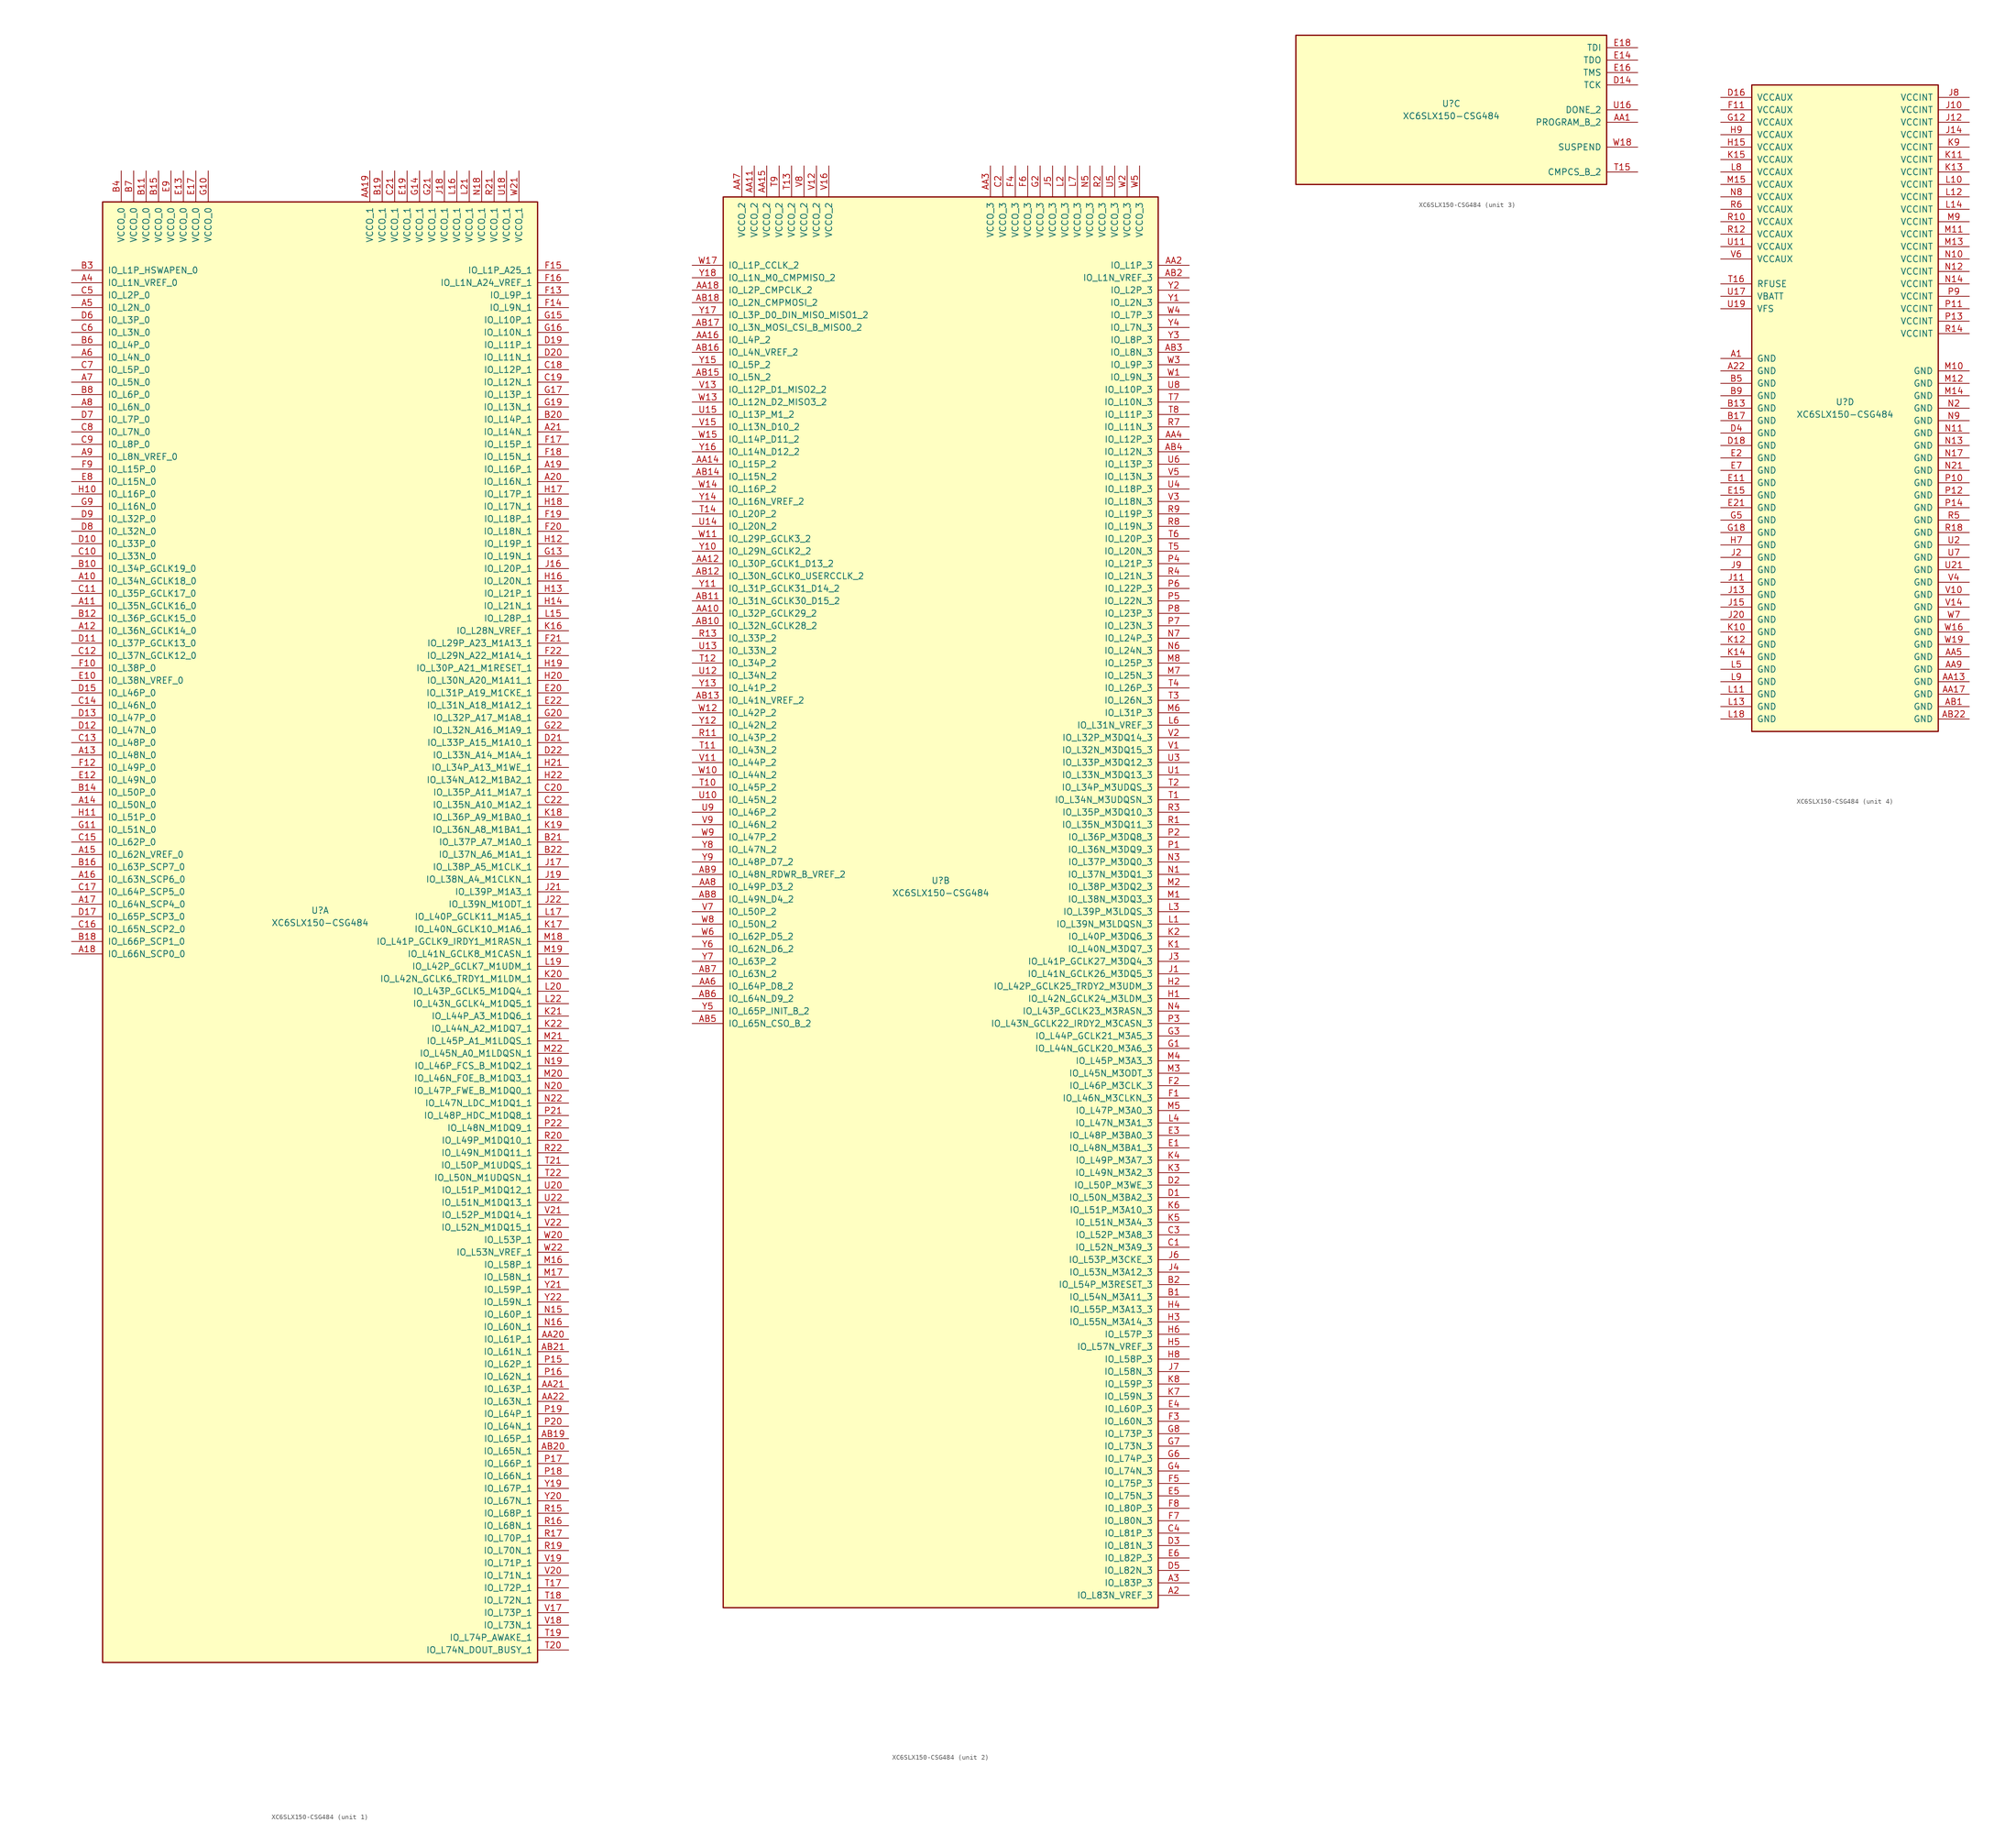
<source format=kicad_sym>
(kicad_symbol_lib
  (version 20220914)
  (generator kicad_symbol_editor)
  (symbol "XC6SLX150-CSG484"
    (pin_names
      (offset 1.016))
    (property "Reference" "U"
      (at 0 1.27 0)
      (effects (font (size 1.27 1.27))))
    (property "Value" "XC6SLX150-CSG484"
      (at 0 -1.27 0)
      (effects (font (size 1.27 1.27))))
    (property "Datasheet" ""
      (at 0 0 0)
      (effects (font (size 1.27 1.27))))
    (property "ki_locked" ""
      (at 0 0 0)
      (effects (font (size 1.27 1.27))))
    (symbol "XC6SLX150-CSG484_1_1"
      (rectangle (start -44.45 146.05) (end 44.45 -152.4) (stroke (width 0.254) (type default)) (fill (type background)))
      (pin bidirectional line (at -50.8 68.58 0) (length 6.35) (name "IO_L34N_GCLK18_0" (effects (font (size 1.27 1.27)))) (number "A10" (effects (font (size 1.27 1.27)))))
      (pin bidirectional line (at -50.8 63.5 0) (length 6.35) (name "IO_L35N_GCLK16_0" (effects (font (size 1.27 1.27)))) (number "A11" (effects (font (size 1.27 1.27)))))
      (pin bidirectional line (at -50.8 58.42 0) (length 6.35) (name "IO_L36N_GCLK14_0" (effects (font (size 1.27 1.27)))) (number "A12" (effects (font (size 1.27 1.27)))))
      (pin bidirectional line (at -50.8 33.02 0) (length 6.35) (name "IO_L48N_0" (effects (font (size 1.27 1.27)))) (number "A13" (effects (font (size 1.27 1.27)))))
      (pin bidirectional line (at -50.8 22.86 0) (length 6.35) (name "IO_L50N_0" (effects (font (size 1.27 1.27)))) (number "A14" (effects (font (size 1.27 1.27)))))
      (pin bidirectional line (at -50.8 12.7 0) (length 6.35) (name "IO_L62N_VREF_0" (effects (font (size 1.27 1.27)))) (number "A15" (effects (font (size 1.27 1.27)))))
      (pin bidirectional line (at -50.8 7.62 0) (length 6.35) (name "IO_L63N_SCP6_0" (effects (font (size 1.27 1.27)))) (number "A16" (effects (font (size 1.27 1.27)))))
      (pin bidirectional line (at -50.8 2.54 0) (length 6.35) (name "IO_L64N_SCP4_0" (effects (font (size 1.27 1.27)))) (number "A17" (effects (font (size 1.27 1.27)))))
      (pin bidirectional line (at -50.8 -7.62 0) (length 6.35) (name "IO_L66N_SCP0_0" (effects (font (size 1.27 1.27)))) (number "A18" (effects (font (size 1.27 1.27)))))
      (pin bidirectional line (at 50.8 91.44 180) (length 6.35) (name "IO_L16P_1" (effects (font (size 1.27 1.27)))) (number "A19" (effects (font (size 1.27 1.27)))))
      (pin bidirectional line (at 50.8 88.9 180) (length 6.35) (name "IO_L16N_1" (effects (font (size 1.27 1.27)))) (number "A20" (effects (font (size 1.27 1.27)))))
      (pin bidirectional line (at 50.8 99.06 180) (length 6.35) (name "IO_L14N_1" (effects (font (size 1.27 1.27)))) (number "A21" (effects (font (size 1.27 1.27)))))
      (pin bidirectional line (at -50.8 129.54 0) (length 6.35) (name "IO_L1N_VREF_0" (effects (font (size 1.27 1.27)))) (number "A4" (effects (font (size 1.27 1.27)))))
      (pin bidirectional line (at -50.8 124.46 0) (length 6.35) (name "IO_L2N_0" (effects (font (size 1.27 1.27)))) (number "A5" (effects (font (size 1.27 1.27)))))
      (pin bidirectional line (at -50.8 114.3 0) (length 6.35) (name "IO_L4N_0" (effects (font (size 1.27 1.27)))) (number "A6" (effects (font (size 1.27 1.27)))))
      (pin bidirectional line (at -50.8 109.22 0) (length 6.35) (name "IO_L5N_0" (effects (font (size 1.27 1.27)))) (number "A7" (effects (font (size 1.27 1.27)))))
      (pin bidirectional line (at -50.8 104.14 0) (length 6.35) (name "IO_L6N_0" (effects (font (size 1.27 1.27)))) (number "A8" (effects (font (size 1.27 1.27)))))
      (pin bidirectional line (at -50.8 93.98 0) (length 6.35) (name "IO_L8N_VREF_0" (effects (font (size 1.27 1.27)))) (number "A9" (effects (font (size 1.27 1.27)))))
      (pin power_in line (at 10.16 152.4 270) (length 6.35) (name "VCCO_1" (effects (font (size 1.27 1.27)))) (number "AA19" (effects (font (size 1.27 1.27)))))
      (pin bidirectional line (at 50.8 -86.36 180) (length 6.35) (name "IO_L61P_1" (effects (font (size 1.27 1.27)))) (number "AA20" (effects (font (size 1.27 1.27)))))
      (pin bidirectional line (at 50.8 -96.52 180) (length 6.35) (name "IO_L63P_1" (effects (font (size 1.27 1.27)))) (number "AA21" (effects (font (size 1.27 1.27)))))
      (pin bidirectional line (at 50.8 -99.06 180) (length 6.35) (name "IO_L63N_1" (effects (font (size 1.27 1.27)))) (number "AA22" (effects (font (size 1.27 1.27)))))
      (pin bidirectional line (at 50.8 -106.68 180) (length 6.35) (name "IO_L65P_1" (effects (font (size 1.27 1.27)))) (number "AB19" (effects (font (size 1.27 1.27)))))
      (pin bidirectional line (at 50.8 -109.22 180) (length 6.35) (name "IO_L65N_1" (effects (font (size 1.27 1.27)))) (number "AB20" (effects (font (size 1.27 1.27)))))
      (pin bidirectional line (at 50.8 -88.9 180) (length 6.35) (name "IO_L61N_1" (effects (font (size 1.27 1.27)))) (number "AB21" (effects (font (size 1.27 1.27)))))
      (pin bidirectional line (at -50.8 71.12 0) (length 6.35) (name "IO_L34P_GCLK19_0" (effects (font (size 1.27 1.27)))) (number "B10" (effects (font (size 1.27 1.27)))))
      (pin power_in line (at -35.56 152.4 270) (length 6.35) (name "VCCO_0" (effects (font (size 1.27 1.27)))) (number "B11" (effects (font (size 1.27 1.27)))))
      (pin bidirectional line (at -50.8 60.96 0) (length 6.35) (name "IO_L36P_GCLK15_0" (effects (font (size 1.27 1.27)))) (number "B12" (effects (font (size 1.27 1.27)))))
      (pin bidirectional line (at -50.8 25.4 0) (length 6.35) (name "IO_L50P_0" (effects (font (size 1.27 1.27)))) (number "B14" (effects (font (size 1.27 1.27)))))
      (pin power_in line (at -33.02 152.4 270) (length 6.35) (name "VCCO_0" (effects (font (size 1.27 1.27)))) (number "B15" (effects (font (size 1.27 1.27)))))
      (pin bidirectional line (at -50.8 10.16 0) (length 6.35) (name "IO_L63P_SCP7_0" (effects (font (size 1.27 1.27)))) (number "B16" (effects (font (size 1.27 1.27)))))
      (pin bidirectional line (at -50.8 -5.08 0) (length 6.35) (name "IO_L66P_SCP1_0" (effects (font (size 1.27 1.27)))) (number "B18" (effects (font (size 1.27 1.27)))))
      (pin power_in line (at 12.7 152.4 270) (length 6.35) (name "VCCO_1" (effects (font (size 1.27 1.27)))) (number "B19" (effects (font (size 1.27 1.27)))))
      (pin bidirectional line (at 50.8 101.6 180) (length 6.35) (name "IO_L14P_1" (effects (font (size 1.27 1.27)))) (number "B20" (effects (font (size 1.27 1.27)))))
      (pin bidirectional line (at 50.8 15.24 180) (length 6.35) (name "IO_L37P_A7_M1A0_1" (effects (font (size 1.27 1.27)))) (number "B21" (effects (font (size 1.27 1.27)))))
      (pin bidirectional line (at 50.8 12.7 180) (length 6.35) (name "IO_L37N_A6_M1A1_1" (effects (font (size 1.27 1.27)))) (number "B22" (effects (font (size 1.27 1.27)))))
      (pin bidirectional line (at -50.8 132.08 0) (length 6.35) (name "IO_L1P_HSWAPEN_0" (effects (font (size 1.27 1.27)))) (number "B3" (effects (font (size 1.27 1.27)))))
      (pin power_in line (at -40.64 152.4 270) (length 6.35) (name "VCCO_0" (effects (font (size 1.27 1.27)))) (number "B4" (effects (font (size 1.27 1.27)))))
      (pin bidirectional line (at -50.8 116.84 0) (length 6.35) (name "IO_L4P_0" (effects (font (size 1.27 1.27)))) (number "B6" (effects (font (size 1.27 1.27)))))
      (pin power_in line (at -38.1 152.4 270) (length 6.35) (name "VCCO_0" (effects (font (size 1.27 1.27)))) (number "B7" (effects (font (size 1.27 1.27)))))
      (pin bidirectional line (at -50.8 106.68 0) (length 6.35) (name "IO_L6P_0" (effects (font (size 1.27 1.27)))) (number "B8" (effects (font (size 1.27 1.27)))))
      (pin bidirectional line (at -50.8 73.66 0) (length 6.35) (name "IO_L33N_0" (effects (font (size 1.27 1.27)))) (number "C10" (effects (font (size 1.27 1.27)))))
      (pin bidirectional line (at -50.8 66.04 0) (length 6.35) (name "IO_L35P_GCLK17_0" (effects (font (size 1.27 1.27)))) (number "C11" (effects (font (size 1.27 1.27)))))
      (pin bidirectional line (at -50.8 53.34 0) (length 6.35) (name "IO_L37N_GCLK12_0" (effects (font (size 1.27 1.27)))) (number "C12" (effects (font (size 1.27 1.27)))))
      (pin bidirectional line (at -50.8 35.56 0) (length 6.35) (name "IO_L48P_0" (effects (font (size 1.27 1.27)))) (number "C13" (effects (font (size 1.27 1.27)))))
      (pin bidirectional line (at -50.8 43.18 0) (length 6.35) (name "IO_L46N_0" (effects (font (size 1.27 1.27)))) (number "C14" (effects (font (size 1.27 1.27)))))
      (pin bidirectional line (at -50.8 15.24 0) (length 6.35) (name "IO_L62P_0" (effects (font (size 1.27 1.27)))) (number "C15" (effects (font (size 1.27 1.27)))))
      (pin bidirectional line (at -50.8 -2.54 0) (length 6.35) (name "IO_L65N_SCP2_0" (effects (font (size 1.27 1.27)))) (number "C16" (effects (font (size 1.27 1.27)))))
      (pin bidirectional line (at -50.8 5.08 0) (length 6.35) (name "IO_L64P_SCP5_0" (effects (font (size 1.27 1.27)))) (number "C17" (effects (font (size 1.27 1.27)))))
      (pin bidirectional line (at 50.8 111.76 180) (length 6.35) (name "IO_L12P_1" (effects (font (size 1.27 1.27)))) (number "C18" (effects (font (size 1.27 1.27)))))
      (pin bidirectional line (at 50.8 109.22 180) (length 6.35) (name "IO_L12N_1" (effects (font (size 1.27 1.27)))) (number "C19" (effects (font (size 1.27 1.27)))))
      (pin bidirectional line (at 50.8 25.4 180) (length 6.35) (name "IO_L35P_A11_M1A7_1" (effects (font (size 1.27 1.27)))) (number "C20" (effects (font (size 1.27 1.27)))))
      (pin power_in line (at 15.24 152.4 270) (length 6.35) (name "VCCO_1" (effects (font (size 1.27 1.27)))) (number "C21" (effects (font (size 1.27 1.27)))))
      (pin bidirectional line (at 50.8 22.86 180) (length 6.35) (name "IO_L35N_A10_M1A2_1" (effects (font (size 1.27 1.27)))) (number "C22" (effects (font (size 1.27 1.27)))))
      (pin bidirectional line (at -50.8 127 0) (length 6.35) (name "IO_L2P_0" (effects (font (size 1.27 1.27)))) (number "C5" (effects (font (size 1.27 1.27)))))
      (pin bidirectional line (at -50.8 119.38 0) (length 6.35) (name "IO_L3N_0" (effects (font (size 1.27 1.27)))) (number "C6" (effects (font (size 1.27 1.27)))))
      (pin bidirectional line (at -50.8 111.76 0) (length 6.35) (name "IO_L5P_0" (effects (font (size 1.27 1.27)))) (number "C7" (effects (font (size 1.27 1.27)))))
      (pin bidirectional line (at -50.8 99.06 0) (length 6.35) (name "IO_L7N_0" (effects (font (size 1.27 1.27)))) (number "C8" (effects (font (size 1.27 1.27)))))
      (pin bidirectional line (at -50.8 96.52 0) (length 6.35) (name "IO_L8P_0" (effects (font (size 1.27 1.27)))) (number "C9" (effects (font (size 1.27 1.27)))))
      (pin bidirectional line (at -50.8 76.2 0) (length 6.35) (name "IO_L33P_0" (effects (font (size 1.27 1.27)))) (number "D10" (effects (font (size 1.27 1.27)))))
      (pin bidirectional line (at -50.8 55.88 0) (length 6.35) (name "IO_L37P_GCLK13_0" (effects (font (size 1.27 1.27)))) (number "D11" (effects (font (size 1.27 1.27)))))
      (pin bidirectional line (at -50.8 38.1 0) (length 6.35) (name "IO_L47N_0" (effects (font (size 1.27 1.27)))) (number "D12" (effects (font (size 1.27 1.27)))))
      (pin bidirectional line (at -50.8 40.64 0) (length 6.35) (name "IO_L47P_0" (effects (font (size 1.27 1.27)))) (number "D13" (effects (font (size 1.27 1.27)))))
      (pin bidirectional line (at -50.8 45.72 0) (length 6.35) (name "IO_L46P_0" (effects (font (size 1.27 1.27)))) (number "D15" (effects (font (size 1.27 1.27)))))
      (pin bidirectional line (at -50.8 0 0) (length 6.35) (name "IO_L65P_SCP3_0" (effects (font (size 1.27 1.27)))) (number "D17" (effects (font (size 1.27 1.27)))))
      (pin bidirectional line (at 50.8 116.84 180) (length 6.35) (name "IO_L11P_1" (effects (font (size 1.27 1.27)))) (number "D19" (effects (font (size 1.27 1.27)))))
      (pin bidirectional line (at 50.8 114.3 180) (length 6.35) (name "IO_L11N_1" (effects (font (size 1.27 1.27)))) (number "D20" (effects (font (size 1.27 1.27)))))
      (pin bidirectional line (at 50.8 35.56 180) (length 6.35) (name "IO_L33P_A15_M1A10_1" (effects (font (size 1.27 1.27)))) (number "D21" (effects (font (size 1.27 1.27)))))
      (pin bidirectional line (at 50.8 33.02 180) (length 6.35) (name "IO_L33N_A14_M1A4_1" (effects (font (size 1.27 1.27)))) (number "D22" (effects (font (size 1.27 1.27)))))
      (pin bidirectional line (at -50.8 121.92 0) (length 6.35) (name "IO_L3P_0" (effects (font (size 1.27 1.27)))) (number "D6" (effects (font (size 1.27 1.27)))))
      (pin bidirectional line (at -50.8 101.6 0) (length 6.35) (name "IO_L7P_0" (effects (font (size 1.27 1.27)))) (number "D7" (effects (font (size 1.27 1.27)))))
      (pin bidirectional line (at -50.8 78.74 0) (length 6.35) (name "IO_L32N_0" (effects (font (size 1.27 1.27)))) (number "D8" (effects (font (size 1.27 1.27)))))
      (pin bidirectional line (at -50.8 81.28 0) (length 6.35) (name "IO_L32P_0" (effects (font (size 1.27 1.27)))) (number "D9" (effects (font (size 1.27 1.27)))))
      (pin bidirectional line (at -50.8 48.26 0) (length 6.35) (name "IO_L38N_VREF_0" (effects (font (size 1.27 1.27)))) (number "E10" (effects (font (size 1.27 1.27)))))
      (pin bidirectional line (at -50.8 27.94 0) (length 6.35) (name "IO_L49N_0" (effects (font (size 1.27 1.27)))) (number "E12" (effects (font (size 1.27 1.27)))))
      (pin power_in line (at -27.94 152.4 270) (length 6.35) (name "VCCO_0" (effects (font (size 1.27 1.27)))) (number "E13" (effects (font (size 1.27 1.27)))))
      (pin power_in line (at -25.4 152.4 270) (length 6.35) (name "VCCO_0" (effects (font (size 1.27 1.27)))) (number "E17" (effects (font (size 1.27 1.27)))))
      (pin power_in line (at 17.78 152.4 270) (length 6.35) (name "VCCO_1" (effects (font (size 1.27 1.27)))) (number "E19" (effects (font (size 1.27 1.27)))))
      (pin bidirectional line (at 50.8 45.72 180) (length 6.35) (name "IO_L31P_A19_M1CKE_1" (effects (font (size 1.27 1.27)))) (number "E20" (effects (font (size 1.27 1.27)))))
      (pin bidirectional line (at 50.8 43.18 180) (length 6.35) (name "IO_L31N_A18_M1A12_1" (effects (font (size 1.27 1.27)))) (number "E22" (effects (font (size 1.27 1.27)))))
      (pin bidirectional line (at -50.8 88.9 0) (length 6.35) (name "IO_L15N_0" (effects (font (size 1.27 1.27)))) (number "E8" (effects (font (size 1.27 1.27)))))
      (pin power_in line (at -30.48 152.4 270) (length 6.35) (name "VCCO_0" (effects (font (size 1.27 1.27)))) (number "E9" (effects (font (size 1.27 1.27)))))
      (pin bidirectional line (at -50.8 50.8 0) (length 6.35) (name "IO_L38P_0" (effects (font (size 1.27 1.27)))) (number "F10" (effects (font (size 1.27 1.27)))))
      (pin bidirectional line (at -50.8 30.48 0) (length 6.35) (name "IO_L49P_0" (effects (font (size 1.27 1.27)))) (number "F12" (effects (font (size 1.27 1.27)))))
      (pin bidirectional line (at 50.8 127 180) (length 6.35) (name "IO_L9P_1" (effects (font (size 1.27 1.27)))) (number "F13" (effects (font (size 1.27 1.27)))))
      (pin bidirectional line (at 50.8 124.46 180) (length 6.35) (name "IO_L9N_1" (effects (font (size 1.27 1.27)))) (number "F14" (effects (font (size 1.27 1.27)))))
      (pin bidirectional line (at 50.8 132.08 180) (length 6.35) (name "IO_L1P_A25_1" (effects (font (size 1.27 1.27)))) (number "F15" (effects (font (size 1.27 1.27)))))
      (pin bidirectional line (at 50.8 129.54 180) (length 6.35) (name "IO_L1N_A24_VREF_1" (effects (font (size 1.27 1.27)))) (number "F16" (effects (font (size 1.27 1.27)))))
      (pin bidirectional line (at 50.8 96.52 180) (length 6.35) (name "IO_L15P_1" (effects (font (size 1.27 1.27)))) (number "F17" (effects (font (size 1.27 1.27)))))
      (pin bidirectional line (at 50.8 93.98 180) (length 6.35) (name "IO_L15N_1" (effects (font (size 1.27 1.27)))) (number "F18" (effects (font (size 1.27 1.27)))))
      (pin bidirectional line (at 50.8 81.28 180) (length 6.35) (name "IO_L18P_1" (effects (font (size 1.27 1.27)))) (number "F19" (effects (font (size 1.27 1.27)))))
      (pin bidirectional line (at 50.8 78.74 180) (length 6.35) (name "IO_L18N_1" (effects (font (size 1.27 1.27)))) (number "F20" (effects (font (size 1.27 1.27)))))
      (pin bidirectional line (at 50.8 55.88 180) (length 6.35) (name "IO_L29P_A23_M1A13_1" (effects (font (size 1.27 1.27)))) (number "F21" (effects (font (size 1.27 1.27)))))
      (pin bidirectional line (at 50.8 53.34 180) (length 6.35) (name "IO_L29N_A22_M1A14_1" (effects (font (size 1.27 1.27)))) (number "F22" (effects (font (size 1.27 1.27)))))
      (pin bidirectional line (at -50.8 91.44 0) (length 6.35) (name "IO_L15P_0" (effects (font (size 1.27 1.27)))) (number "F9" (effects (font (size 1.27 1.27)))))
      (pin power_in line (at -22.86 152.4 270) (length 6.35) (name "VCCO_0" (effects (font (size 1.27 1.27)))) (number "G10" (effects (font (size 1.27 1.27)))))
      (pin bidirectional line (at -50.8 17.78 0) (length 6.35) (name "IO_L51N_0" (effects (font (size 1.27 1.27)))) (number "G11" (effects (font (size 1.27 1.27)))))
      (pin bidirectional line (at 50.8 73.66 180) (length 6.35) (name "IO_L19N_1" (effects (font (size 1.27 1.27)))) (number "G13" (effects (font (size 1.27 1.27)))))
      (pin power_in line (at 20.32 152.4 270) (length 6.35) (name "VCCO_1" (effects (font (size 1.27 1.27)))) (number "G14" (effects (font (size 1.27 1.27)))))
      (pin bidirectional line (at 50.8 121.92 180) (length 6.35) (name "IO_L10P_1" (effects (font (size 1.27 1.27)))) (number "G15" (effects (font (size 1.27 1.27)))))
      (pin bidirectional line (at 50.8 119.38 180) (length 6.35) (name "IO_L10N_1" (effects (font (size 1.27 1.27)))) (number "G16" (effects (font (size 1.27 1.27)))))
      (pin bidirectional line (at 50.8 106.68 180) (length 6.35) (name "IO_L13P_1" (effects (font (size 1.27 1.27)))) (number "G17" (effects (font (size 1.27 1.27)))))
      (pin bidirectional line (at 50.8 104.14 180) (length 6.35) (name "IO_L13N_1" (effects (font (size 1.27 1.27)))) (number "G19" (effects (font (size 1.27 1.27)))))
      (pin bidirectional line (at 50.8 40.64 180) (length 6.35) (name "IO_L32P_A17_M1A8_1" (effects (font (size 1.27 1.27)))) (number "G20" (effects (font (size 1.27 1.27)))))
      (pin power_in line (at 22.86 152.4 270) (length 6.35) (name "VCCO_1" (effects (font (size 1.27 1.27)))) (number "G21" (effects (font (size 1.27 1.27)))))
      (pin bidirectional line (at 50.8 38.1 180) (length 6.35) (name "IO_L32N_A16_M1A9_1" (effects (font (size 1.27 1.27)))) (number "G22" (effects (font (size 1.27 1.27)))))
      (pin bidirectional line (at -50.8 83.82 0) (length 6.35) (name "IO_L16N_0" (effects (font (size 1.27 1.27)))) (number "G9" (effects (font (size 1.27 1.27)))))
      (pin bidirectional line (at -50.8 86.36 0) (length 6.35) (name "IO_L16P_0" (effects (font (size 1.27 1.27)))) (number "H10" (effects (font (size 1.27 1.27)))))
      (pin bidirectional line (at -50.8 20.32 0) (length 6.35) (name "IO_L51P_0" (effects (font (size 1.27 1.27)))) (number "H11" (effects (font (size 1.27 1.27)))))
      (pin bidirectional line (at 50.8 76.2 180) (length 6.35) (name "IO_L19P_1" (effects (font (size 1.27 1.27)))) (number "H12" (effects (font (size 1.27 1.27)))))
      (pin bidirectional line (at 50.8 66.04 180) (length 6.35) (name "IO_L21P_1" (effects (font (size 1.27 1.27)))) (number "H13" (effects (font (size 1.27 1.27)))))
      (pin bidirectional line (at 50.8 63.5 180) (length 6.35) (name "IO_L21N_1" (effects (font (size 1.27 1.27)))) (number "H14" (effects (font (size 1.27 1.27)))))
      (pin bidirectional line (at 50.8 68.58 180) (length 6.35) (name "IO_L20N_1" (effects (font (size 1.27 1.27)))) (number "H16" (effects (font (size 1.27 1.27)))))
      (pin bidirectional line (at 50.8 86.36 180) (length 6.35) (name "IO_L17P_1" (effects (font (size 1.27 1.27)))) (number "H17" (effects (font (size 1.27 1.27)))))
      (pin bidirectional line (at 50.8 83.82 180) (length 6.35) (name "IO_L17N_1" (effects (font (size 1.27 1.27)))) (number "H18" (effects (font (size 1.27 1.27)))))
      (pin bidirectional line (at 50.8 50.8 180) (length 6.35) (name "IO_L30P_A21_M1RESET_1" (effects (font (size 1.27 1.27)))) (number "H19" (effects (font (size 1.27 1.27)))))
      (pin bidirectional line (at 50.8 48.26 180) (length 6.35) (name "IO_L30N_A20_M1A11_1" (effects (font (size 1.27 1.27)))) (number "H20" (effects (font (size 1.27 1.27)))))
      (pin bidirectional line (at 50.8 30.48 180) (length 6.35) (name "IO_L34P_A13_M1WE_1" (effects (font (size 1.27 1.27)))) (number "H21" (effects (font (size 1.27 1.27)))))
      (pin bidirectional line (at 50.8 27.94 180) (length 6.35) (name "IO_L34N_A12_M1BA2_1" (effects (font (size 1.27 1.27)))) (number "H22" (effects (font (size 1.27 1.27)))))
      (pin bidirectional line (at 50.8 71.12 180) (length 6.35) (name "IO_L20P_1" (effects (font (size 1.27 1.27)))) (number "J16" (effects (font (size 1.27 1.27)))))
      (pin bidirectional line (at 50.8 10.16 180) (length 6.35) (name "IO_L38P_A5_M1CLK_1" (effects (font (size 1.27 1.27)))) (number "J17" (effects (font (size 1.27 1.27)))))
      (pin power_in line (at 25.4 152.4 270) (length 6.35) (name "VCCO_1" (effects (font (size 1.27 1.27)))) (number "J18" (effects (font (size 1.27 1.27)))))
      (pin bidirectional line (at 50.8 7.62 180) (length 6.35) (name "IO_L38N_A4_M1CLKN_1" (effects (font (size 1.27 1.27)))) (number "J19" (effects (font (size 1.27 1.27)))))
      (pin bidirectional line (at 50.8 5.08 180) (length 6.35) (name "IO_L39P_M1A3_1" (effects (font (size 1.27 1.27)))) (number "J21" (effects (font (size 1.27 1.27)))))
      (pin bidirectional line (at 50.8 2.54 180) (length 6.35) (name "IO_L39N_M1ODT_1" (effects (font (size 1.27 1.27)))) (number "J22" (effects (font (size 1.27 1.27)))))
      (pin bidirectional line (at 50.8 58.42 180) (length 6.35) (name "IO_L28N_VREF_1" (effects (font (size 1.27 1.27)))) (number "K16" (effects (font (size 1.27 1.27)))))
      (pin bidirectional line (at 50.8 -2.54 180) (length 6.35) (name "IO_L40N_GCLK10_M1A6_1" (effects (font (size 1.27 1.27)))) (number "K17" (effects (font (size 1.27 1.27)))))
      (pin bidirectional line (at 50.8 20.32 180) (length 6.35) (name "IO_L36P_A9_M1BA0_1" (effects (font (size 1.27 1.27)))) (number "K18" (effects (font (size 1.27 1.27)))))
      (pin bidirectional line (at 50.8 17.78 180) (length 6.35) (name "IO_L36N_A8_M1BA1_1" (effects (font (size 1.27 1.27)))) (number "K19" (effects (font (size 1.27 1.27)))))
      (pin bidirectional line (at 50.8 -12.7 180) (length 6.35) (name "IO_L42N_GCLK6_TRDY1_M1LDM_1" (effects (font (size 1.27 1.27)))) (number "K20" (effects (font (size 1.27 1.27)))))
      (pin bidirectional line (at 50.8 -20.32 180) (length 6.35) (name "IO_L44P_A3_M1DQ6_1" (effects (font (size 1.27 1.27)))) (number "K21" (effects (font (size 1.27 1.27)))))
      (pin bidirectional line (at 50.8 -22.86 180) (length 6.35) (name "IO_L44N_A2_M1DQ7_1" (effects (font (size 1.27 1.27)))) (number "K22" (effects (font (size 1.27 1.27)))))
      (pin bidirectional line (at 50.8 60.96 180) (length 6.35) (name "IO_L28P_1" (effects (font (size 1.27 1.27)))) (number "L15" (effects (font (size 1.27 1.27)))))
      (pin power_in line (at 27.94 152.4 270) (length 6.35) (name "VCCO_1" (effects (font (size 1.27 1.27)))) (number "L16" (effects (font (size 1.27 1.27)))))
      (pin bidirectional line (at 50.8 0 180) (length 6.35) (name "IO_L40P_GCLK11_M1A5_1" (effects (font (size 1.27 1.27)))) (number "L17" (effects (font (size 1.27 1.27)))))
      (pin bidirectional line (at 50.8 -10.16 180) (length 6.35) (name "IO_L42P_GCLK7_M1UDM_1" (effects (font (size 1.27 1.27)))) (number "L19" (effects (font (size 1.27 1.27)))))
      (pin bidirectional line (at 50.8 -15.24 180) (length 6.35) (name "IO_L43P_GCLK5_M1DQ4_1" (effects (font (size 1.27 1.27)))) (number "L20" (effects (font (size 1.27 1.27)))))
      (pin power_in line (at 30.48 152.4 270) (length 6.35) (name "VCCO_1" (effects (font (size 1.27 1.27)))) (number "L21" (effects (font (size 1.27 1.27)))))
      (pin bidirectional line (at 50.8 -17.78 180) (length 6.35) (name "IO_L43N_GCLK4_M1DQ5_1" (effects (font (size 1.27 1.27)))) (number "L22" (effects (font (size 1.27 1.27)))))
      (pin bidirectional line (at 50.8 -71.12 180) (length 6.35) (name "IO_L58P_1" (effects (font (size 1.27 1.27)))) (number "M16" (effects (font (size 1.27 1.27)))))
      (pin bidirectional line (at 50.8 -73.66 180) (length 6.35) (name "IO_L58N_1" (effects (font (size 1.27 1.27)))) (number "M17" (effects (font (size 1.27 1.27)))))
      (pin bidirectional line (at 50.8 -5.08 180) (length 6.35) (name "IO_L41P_GCLK9_IRDY1_M1RASN_1" (effects (font (size 1.27 1.27)))) (number "M18" (effects (font (size 1.27 1.27)))))
      (pin bidirectional line (at 50.8 -7.62 180) (length 6.35) (name "IO_L41N_GCLK8_M1CASN_1" (effects (font (size 1.27 1.27)))) (number "M19" (effects (font (size 1.27 1.27)))))
      (pin bidirectional line (at 50.8 -33.02 180) (length 6.35) (name "IO_L46N_FOE_B_M1DQ3_1" (effects (font (size 1.27 1.27)))) (number "M20" (effects (font (size 1.27 1.27)))))
      (pin bidirectional line (at 50.8 -25.4 180) (length 6.35) (name "IO_L45P_A1_M1LDQS_1" (effects (font (size 1.27 1.27)))) (number "M21" (effects (font (size 1.27 1.27)))))
      (pin bidirectional line (at 50.8 -27.94 180) (length 6.35) (name "IO_L45N_A0_M1LDQSN_1" (effects (font (size 1.27 1.27)))) (number "M22" (effects (font (size 1.27 1.27)))))
      (pin bidirectional line (at 50.8 -81.28 180) (length 6.35) (name "IO_L60P_1" (effects (font (size 1.27 1.27)))) (number "N15" (effects (font (size 1.27 1.27)))))
      (pin bidirectional line (at 50.8 -83.82 180) (length 6.35) (name "IO_L60N_1" (effects (font (size 1.27 1.27)))) (number "N16" (effects (font (size 1.27 1.27)))))
      (pin power_in line (at 33.02 152.4 270) (length 6.35) (name "VCCO_1" (effects (font (size 1.27 1.27)))) (number "N18" (effects (font (size 1.27 1.27)))))
      (pin bidirectional line (at 50.8 -30.48 180) (length 6.35) (name "IO_L46P_FCS_B_M1DQ2_1" (effects (font (size 1.27 1.27)))) (number "N19" (effects (font (size 1.27 1.27)))))
      (pin bidirectional line (at 50.8 -35.56 180) (length 6.35) (name "IO_L47P_FWE_B_M1DQ0_1" (effects (font (size 1.27 1.27)))) (number "N20" (effects (font (size 1.27 1.27)))))
      (pin bidirectional line (at 50.8 -38.1 180) (length 6.35) (name "IO_L47N_LDC_M1DQ1_1" (effects (font (size 1.27 1.27)))) (number "N22" (effects (font (size 1.27 1.27)))))
      (pin bidirectional line (at 50.8 -91.44 180) (length 6.35) (name "IO_L62P_1" (effects (font (size 1.27 1.27)))) (number "P15" (effects (font (size 1.27 1.27)))))
      (pin bidirectional line (at 50.8 -93.98 180) (length 6.35) (name "IO_L62N_1" (effects (font (size 1.27 1.27)))) (number "P16" (effects (font (size 1.27 1.27)))))
      (pin bidirectional line (at 50.8 -111.76 180) (length 6.35) (name "IO_L66P_1" (effects (font (size 1.27 1.27)))) (number "P17" (effects (font (size 1.27 1.27)))))
      (pin bidirectional line (at 50.8 -114.3 180) (length 6.35) (name "IO_L66N_1" (effects (font (size 1.27 1.27)))) (number "P18" (effects (font (size 1.27 1.27)))))
      (pin bidirectional line (at 50.8 -101.6 180) (length 6.35) (name "IO_L64P_1" (effects (font (size 1.27 1.27)))) (number "P19" (effects (font (size 1.27 1.27)))))
      (pin bidirectional line (at 50.8 -104.14 180) (length 6.35) (name "IO_L64N_1" (effects (font (size 1.27 1.27)))) (number "P20" (effects (font (size 1.27 1.27)))))
      (pin bidirectional line (at 50.8 -40.64 180) (length 6.35) (name "IO_L48P_HDC_M1DQ8_1" (effects (font (size 1.27 1.27)))) (number "P21" (effects (font (size 1.27 1.27)))))
      (pin bidirectional line (at 50.8 -43.18 180) (length 6.35) (name "IO_L48N_M1DQ9_1" (effects (font (size 1.27 1.27)))) (number "P22" (effects (font (size 1.27 1.27)))))
      (pin bidirectional line (at 50.8 -121.92 180) (length 6.35) (name "IO_L68P_1" (effects (font (size 1.27 1.27)))) (number "R15" (effects (font (size 1.27 1.27)))))
      (pin bidirectional line (at 50.8 -124.46 180) (length 6.35) (name "IO_L68N_1" (effects (font (size 1.27 1.27)))) (number "R16" (effects (font (size 1.27 1.27)))))
      (pin bidirectional line (at 50.8 -127 180) (length 6.35) (name "IO_L70P_1" (effects (font (size 1.27 1.27)))) (number "R17" (effects (font (size 1.27 1.27)))))
      (pin bidirectional line (at 50.8 -129.54 180) (length 6.35) (name "IO_L70N_1" (effects (font (size 1.27 1.27)))) (number "R19" (effects (font (size 1.27 1.27)))))
      (pin bidirectional line (at 50.8 -45.72 180) (length 6.35) (name "IO_L49P_M1DQ10_1" (effects (font (size 1.27 1.27)))) (number "R20" (effects (font (size 1.27 1.27)))))
      (pin power_in line (at 35.56 152.4 270) (length 6.35) (name "VCCO_1" (effects (font (size 1.27 1.27)))) (number "R21" (effects (font (size 1.27 1.27)))))
      (pin bidirectional line (at 50.8 -48.26 180) (length 6.35) (name "IO_L49N_M1DQ11_1" (effects (font (size 1.27 1.27)))) (number "R22" (effects (font (size 1.27 1.27)))))
      (pin bidirectional line (at 50.8 -137.16 180) (length 6.35) (name "IO_L72P_1" (effects (font (size 1.27 1.27)))) (number "T17" (effects (font (size 1.27 1.27)))))
      (pin bidirectional line (at 50.8 -139.7 180) (length 6.35) (name "IO_L72N_1" (effects (font (size 1.27 1.27)))) (number "T18" (effects (font (size 1.27 1.27)))))
      (pin bidirectional line (at 50.8 -147.32 180) (length 6.35) (name "IO_L74P_AWAKE_1" (effects (font (size 1.27 1.27)))) (number "T19" (effects (font (size 1.27 1.27)))))
      (pin bidirectional line (at 50.8 -149.86 180) (length 6.35) (name "IO_L74N_DOUT_BUSY_1" (effects (font (size 1.27 1.27)))) (number "T20" (effects (font (size 1.27 1.27)))))
      (pin bidirectional line (at 50.8 -50.8 180) (length 6.35) (name "IO_L50P_M1UDQS_1" (effects (font (size 1.27 1.27)))) (number "T21" (effects (font (size 1.27 1.27)))))
      (pin bidirectional line (at 50.8 -53.34 180) (length 6.35) (name "IO_L50N_M1UDQSN_1" (effects (font (size 1.27 1.27)))) (number "T22" (effects (font (size 1.27 1.27)))))
      (pin power_in line (at 38.1 152.4 270) (length 6.35) (name "VCCO_1" (effects (font (size 1.27 1.27)))) (number "U18" (effects (font (size 1.27 1.27)))))
      (pin bidirectional line (at 50.8 -55.88 180) (length 6.35) (name "IO_L51P_M1DQ12_1" (effects (font (size 1.27 1.27)))) (number "U20" (effects (font (size 1.27 1.27)))))
      (pin bidirectional line (at 50.8 -58.42 180) (length 6.35) (name "IO_L51N_M1DQ13_1" (effects (font (size 1.27 1.27)))) (number "U22" (effects (font (size 1.27 1.27)))))
      (pin bidirectional line (at 50.8 -142.24 180) (length 6.35) (name "IO_L73P_1" (effects (font (size 1.27 1.27)))) (number "V17" (effects (font (size 1.27 1.27)))))
      (pin bidirectional line (at 50.8 -144.78 180) (length 6.35) (name "IO_L73N_1" (effects (font (size 1.27 1.27)))) (number "V18" (effects (font (size 1.27 1.27)))))
      (pin bidirectional line (at 50.8 -132.08 180) (length 6.35) (name "IO_L71P_1" (effects (font (size 1.27 1.27)))) (number "V19" (effects (font (size 1.27 1.27)))))
      (pin bidirectional line (at 50.8 -134.62 180) (length 6.35) (name "IO_L71N_1" (effects (font (size 1.27 1.27)))) (number "V20" (effects (font (size 1.27 1.27)))))
      (pin bidirectional line (at 50.8 -60.96 180) (length 6.35) (name "IO_L52P_M1DQ14_1" (effects (font (size 1.27 1.27)))) (number "V21" (effects (font (size 1.27 1.27)))))
      (pin bidirectional line (at 50.8 -63.5 180) (length 6.35) (name "IO_L52N_M1DQ15_1" (effects (font (size 1.27 1.27)))) (number "V22" (effects (font (size 1.27 1.27)))))
      (pin bidirectional line (at 50.8 -66.04 180) (length 6.35) (name "IO_L53P_1" (effects (font (size 1.27 1.27)))) (number "W20" (effects (font (size 1.27 1.27)))))
      (pin power_in line (at 40.64 152.4 270) (length 6.35) (name "VCCO_1" (effects (font (size 1.27 1.27)))) (number "W21" (effects (font (size 1.27 1.27)))))
      (pin bidirectional line (at 50.8 -68.58 180) (length 6.35) (name "IO_L53N_VREF_1" (effects (font (size 1.27 1.27)))) (number "W22" (effects (font (size 1.27 1.27)))))
      (pin bidirectional line (at 50.8 -116.84 180) (length 6.35) (name "IO_L67P_1" (effects (font (size 1.27 1.27)))) (number "Y19" (effects (font (size 1.27 1.27)))))
      (pin bidirectional line (at 50.8 -119.38 180) (length 6.35) (name "IO_L67N_1" (effects (font (size 1.27 1.27)))) (number "Y20" (effects (font (size 1.27 1.27)))))
      (pin bidirectional line (at 50.8 -76.2 180) (length 6.35) (name "IO_L59P_1" (effects (font (size 1.27 1.27)))) (number "Y21" (effects (font (size 1.27 1.27)))))
      (pin bidirectional line (at 50.8 -78.74 180) (length 6.35) (name "IO_L59N_1" (effects (font (size 1.27 1.27)))) (number "Y22" (effects (font (size 1.27 1.27))))))
    (symbol "XC6SLX150-CSG484_2_1"
      (rectangle (start -44.45 140.97) (end 44.45 -147.32) (stroke (width 0.254) (type default)) (fill (type background)))
      (pin bidirectional line (at 50.8 -144.78 180) (length 6.35) (name "IO_L83N_VREF_3" (effects (font (size 1.27 1.27)))) (number "A2" (effects (font (size 1.27 1.27)))))
      (pin bidirectional line (at 50.8 -142.24 180) (length 6.35) (name "IO_L83P_3" (effects (font (size 1.27 1.27)))) (number "A3" (effects (font (size 1.27 1.27)))))
      (pin bidirectional line (at -50.8 55.88 0) (length 6.35) (name "IO_L32P_GCLK29_2" (effects (font (size 1.27 1.27)))) (number "AA10" (effects (font (size 1.27 1.27)))))
      (pin power_in line (at -38.1 147.32 270) (length 6.35) (name "VCCO_2" (effects (font (size 1.27 1.27)))) (number "AA11" (effects (font (size 1.27 1.27)))))
      (pin bidirectional line (at -50.8 66.04 0) (length 6.35) (name "IO_L30P_GCLK1_D13_2" (effects (font (size 1.27 1.27)))) (number "AA12" (effects (font (size 1.27 1.27)))))
      (pin bidirectional line (at -50.8 86.36 0) (length 6.35) (name "IO_L15P_2" (effects (font (size 1.27 1.27)))) (number "AA14" (effects (font (size 1.27 1.27)))))
      (pin power_in line (at -35.56 147.32 270) (length 6.35) (name "VCCO_2" (effects (font (size 1.27 1.27)))) (number "AA15" (effects (font (size 1.27 1.27)))))
      (pin bidirectional line (at -50.8 111.76 0) (length 6.35) (name "IO_L4P_2" (effects (font (size 1.27 1.27)))) (number "AA16" (effects (font (size 1.27 1.27)))))
      (pin bidirectional line (at -50.8 121.92 0) (length 6.35) (name "IO_L2P_CMPCLK_2" (effects (font (size 1.27 1.27)))) (number "AA18" (effects (font (size 1.27 1.27)))))
      (pin bidirectional line (at 50.8 127 180) (length 6.35) (name "IO_L1P_3" (effects (font (size 1.27 1.27)))) (number "AA2" (effects (font (size 1.27 1.27)))))
      (pin power_in line (at 10.16 147.32 270) (length 6.35) (name "VCCO_3" (effects (font (size 1.27 1.27)))) (number "AA3" (effects (font (size 1.27 1.27)))))
      (pin bidirectional line (at 50.8 91.44 180) (length 6.35) (name "IO_L12P_3" (effects (font (size 1.27 1.27)))) (number "AA4" (effects (font (size 1.27 1.27)))))
      (pin bidirectional line (at -50.8 -20.32 0) (length 6.35) (name "IO_L64P_D8_2" (effects (font (size 1.27 1.27)))) (number "AA6" (effects (font (size 1.27 1.27)))))
      (pin power_in line (at -40.64 147.32 270) (length 6.35) (name "VCCO_2" (effects (font (size 1.27 1.27)))) (number "AA7" (effects (font (size 1.27 1.27)))))
      (pin bidirectional line (at -50.8 0 0) (length 6.35) (name "IO_L49P_D3_2" (effects (font (size 1.27 1.27)))) (number "AA8" (effects (font (size 1.27 1.27)))))
      (pin bidirectional line (at -50.8 53.34 0) (length 6.35) (name "IO_L32N_GCLK28_2" (effects (font (size 1.27 1.27)))) (number "AB10" (effects (font (size 1.27 1.27)))))
      (pin bidirectional line (at -50.8 58.42 0) (length 6.35) (name "IO_L31N_GCLK30_D15_2" (effects (font (size 1.27 1.27)))) (number "AB11" (effects (font (size 1.27 1.27)))))
      (pin bidirectional line (at -50.8 63.5 0) (length 6.35) (name "IO_L30N_GCLK0_USERCCLK_2" (effects (font (size 1.27 1.27)))) (number "AB12" (effects (font (size 1.27 1.27)))))
      (pin bidirectional line (at -50.8 38.1 0) (length 6.35) (name "IO_L41N_VREF_2" (effects (font (size 1.27 1.27)))) (number "AB13" (effects (font (size 1.27 1.27)))))
      (pin bidirectional line (at -50.8 83.82 0) (length 6.35) (name "IO_L15N_2" (effects (font (size 1.27 1.27)))) (number "AB14" (effects (font (size 1.27 1.27)))))
      (pin bidirectional line (at -50.8 104.14 0) (length 6.35) (name "IO_L5N_2" (effects (font (size 1.27 1.27)))) (number "AB15" (effects (font (size 1.27 1.27)))))
      (pin bidirectional line (at -50.8 109.22 0) (length 6.35) (name "IO_L4N_VREF_2" (effects (font (size 1.27 1.27)))) (number "AB16" (effects (font (size 1.27 1.27)))))
      (pin bidirectional line (at -50.8 114.3 0) (length 6.35) (name "IO_L3N_MOSI_CSI_B_MISO0_2" (effects (font (size 1.27 1.27)))) (number "AB17" (effects (font (size 1.27 1.27)))))
      (pin bidirectional line (at -50.8 119.38 0) (length 6.35) (name "IO_L2N_CMPMOSI_2" (effects (font (size 1.27 1.27)))) (number "AB18" (effects (font (size 1.27 1.27)))))
      (pin bidirectional line (at 50.8 124.46 180) (length 6.35) (name "IO_L1N_VREF_3" (effects (font (size 1.27 1.27)))) (number "AB2" (effects (font (size 1.27 1.27)))))
      (pin bidirectional line (at 50.8 109.22 180) (length 6.35) (name "IO_L8N_3" (effects (font (size 1.27 1.27)))) (number "AB3" (effects (font (size 1.27 1.27)))))
      (pin bidirectional line (at 50.8 88.9 180) (length 6.35) (name "IO_L12N_3" (effects (font (size 1.27 1.27)))) (number "AB4" (effects (font (size 1.27 1.27)))))
      (pin bidirectional line (at -50.8 -27.94 0) (length 6.35) (name "IO_L65N_CSO_B_2" (effects (font (size 1.27 1.27)))) (number "AB5" (effects (font (size 1.27 1.27)))))
      (pin bidirectional line (at -50.8 -22.86 0) (length 6.35) (name "IO_L64N_D9_2" (effects (font (size 1.27 1.27)))) (number "AB6" (effects (font (size 1.27 1.27)))))
      (pin bidirectional line (at -50.8 -17.78 0) (length 6.35) (name "IO_L63N_2" (effects (font (size 1.27 1.27)))) (number "AB7" (effects (font (size 1.27 1.27)))))
      (pin bidirectional line (at -50.8 -2.54 0) (length 6.35) (name "IO_L49N_D4_2" (effects (font (size 1.27 1.27)))) (number "AB8" (effects (font (size 1.27 1.27)))))
      (pin bidirectional line (at -50.8 2.54 0) (length 6.35) (name "IO_L48N_RDWR_B_VREF_2" (effects (font (size 1.27 1.27)))) (number "AB9" (effects (font (size 1.27 1.27)))))
      (pin bidirectional line (at 50.8 -83.82 180) (length 6.35) (name "IO_L54N_M3A11_3" (effects (font (size 1.27 1.27)))) (number "B1" (effects (font (size 1.27 1.27)))))
      (pin bidirectional line (at 50.8 -81.28 180) (length 6.35) (name "IO_L54P_M3RESET_3" (effects (font (size 1.27 1.27)))) (number "B2" (effects (font (size 1.27 1.27)))))
      (pin bidirectional line (at 50.8 -73.66 180) (length 6.35) (name "IO_L52N_M3A9_3" (effects (font (size 1.27 1.27)))) (number "C1" (effects (font (size 1.27 1.27)))))
      (pin power_in line (at 12.7 147.32 270) (length 6.35) (name "VCCO_3" (effects (font (size 1.27 1.27)))) (number "C2" (effects (font (size 1.27 1.27)))))
      (pin bidirectional line (at 50.8 -71.12 180) (length 6.35) (name "IO_L52P_M3A8_3" (effects (font (size 1.27 1.27)))) (number "C3" (effects (font (size 1.27 1.27)))))
      (pin bidirectional line (at 50.8 -132.08 180) (length 6.35) (name "IO_L81P_3" (effects (font (size 1.27 1.27)))) (number "C4" (effects (font (size 1.27 1.27)))))
      (pin bidirectional line (at 50.8 -63.5 180) (length 6.35) (name "IO_L50N_M3BA2_3" (effects (font (size 1.27 1.27)))) (number "D1" (effects (font (size 1.27 1.27)))))
      (pin bidirectional line (at 50.8 -60.96 180) (length 6.35) (name "IO_L50P_M3WE_3" (effects (font (size 1.27 1.27)))) (number "D2" (effects (font (size 1.27 1.27)))))
      (pin bidirectional line (at 50.8 -134.62 180) (length 6.35) (name "IO_L81N_3" (effects (font (size 1.27 1.27)))) (number "D3" (effects (font (size 1.27 1.27)))))
      (pin bidirectional line (at 50.8 -139.7 180) (length 6.35) (name "IO_L82N_3" (effects (font (size 1.27 1.27)))) (number "D5" (effects (font (size 1.27 1.27)))))
      (pin bidirectional line (at 50.8 -53.34 180) (length 6.35) (name "IO_L48N_M3BA1_3" (effects (font (size 1.27 1.27)))) (number "E1" (effects (font (size 1.27 1.27)))))
      (pin bidirectional line (at 50.8 -50.8 180) (length 6.35) (name "IO_L48P_M3BA0_3" (effects (font (size 1.27 1.27)))) (number "E3" (effects (font (size 1.27 1.27)))))
      (pin bidirectional line (at 50.8 -106.68 180) (length 6.35) (name "IO_L60P_3" (effects (font (size 1.27 1.27)))) (number "E4" (effects (font (size 1.27 1.27)))))
      (pin bidirectional line (at 50.8 -124.46 180) (length 6.35) (name "IO_L75N_3" (effects (font (size 1.27 1.27)))) (number "E5" (effects (font (size 1.27 1.27)))))
      (pin bidirectional line (at 50.8 -137.16 180) (length 6.35) (name "IO_L82P_3" (effects (font (size 1.27 1.27)))) (number "E6" (effects (font (size 1.27 1.27)))))
      (pin bidirectional line (at 50.8 -43.18 180) (length 6.35) (name "IO_L46N_M3CLKN_3" (effects (font (size 1.27 1.27)))) (number "F1" (effects (font (size 1.27 1.27)))))
      (pin bidirectional line (at 50.8 -40.64 180) (length 6.35) (name "IO_L46P_M3CLK_3" (effects (font (size 1.27 1.27)))) (number "F2" (effects (font (size 1.27 1.27)))))
      (pin bidirectional line (at 50.8 -109.22 180) (length 6.35) (name "IO_L60N_3" (effects (font (size 1.27 1.27)))) (number "F3" (effects (font (size 1.27 1.27)))))
      (pin power_in line (at 15.24 147.32 270) (length 6.35) (name "VCCO_3" (effects (font (size 1.27 1.27)))) (number "F4" (effects (font (size 1.27 1.27)))))
      (pin bidirectional line (at 50.8 -121.92 180) (length 6.35) (name "IO_L75P_3" (effects (font (size 1.27 1.27)))) (number "F5" (effects (font (size 1.27 1.27)))))
      (pin power_in line (at 17.78 147.32 270) (length 6.35) (name "VCCO_3" (effects (font (size 1.27 1.27)))) (number "F6" (effects (font (size 1.27 1.27)))))
      (pin bidirectional line (at 50.8 -129.54 180) (length 6.35) (name "IO_L80N_3" (effects (font (size 1.27 1.27)))) (number "F7" (effects (font (size 1.27 1.27)))))
      (pin bidirectional line (at 50.8 -127 180) (length 6.35) (name "IO_L80P_3" (effects (font (size 1.27 1.27)))) (number "F8" (effects (font (size 1.27 1.27)))))
      (pin bidirectional line (at 50.8 -33.02 180) (length 6.35) (name "IO_L44N_GCLK20_M3A6_3" (effects (font (size 1.27 1.27)))) (number "G1" (effects (font (size 1.27 1.27)))))
      (pin power_in line (at 20.32 147.32 270) (length 6.35) (name "VCCO_3" (effects (font (size 1.27 1.27)))) (number "G2" (effects (font (size 1.27 1.27)))))
      (pin bidirectional line (at 50.8 -30.48 180) (length 6.35) (name "IO_L44P_GCLK21_M3A5_3" (effects (font (size 1.27 1.27)))) (number "G3" (effects (font (size 1.27 1.27)))))
      (pin bidirectional line (at 50.8 -119.38 180) (length 6.35) (name "IO_L74N_3" (effects (font (size 1.27 1.27)))) (number "G4" (effects (font (size 1.27 1.27)))))
      (pin bidirectional line (at 50.8 -116.84 180) (length 6.35) (name "IO_L74P_3" (effects (font (size 1.27 1.27)))) (number "G6" (effects (font (size 1.27 1.27)))))
      (pin bidirectional line (at 50.8 -114.3 180) (length 6.35) (name "IO_L73N_3" (effects (font (size 1.27 1.27)))) (number "G7" (effects (font (size 1.27 1.27)))))
      (pin bidirectional line (at 50.8 -111.76 180) (length 6.35) (name "IO_L73P_3" (effects (font (size 1.27 1.27)))) (number "G8" (effects (font (size 1.27 1.27)))))
      (pin bidirectional line (at 50.8 -22.86 180) (length 6.35) (name "IO_L42N_GCLK24_M3LDM_3" (effects (font (size 1.27 1.27)))) (number "H1" (effects (font (size 1.27 1.27)))))
      (pin bidirectional line (at 50.8 -20.32 180) (length 6.35) (name "IO_L42P_GCLK25_TRDY2_M3UDM_3" (effects (font (size 1.27 1.27)))) (number "H2" (effects (font (size 1.27 1.27)))))
      (pin bidirectional line (at 50.8 -88.9 180) (length 6.35) (name "IO_L55N_M3A14_3" (effects (font (size 1.27 1.27)))) (number "H3" (effects (font (size 1.27 1.27)))))
      (pin bidirectional line (at 50.8 -86.36 180) (length 6.35) (name "IO_L55P_M3A13_3" (effects (font (size 1.27 1.27)))) (number "H4" (effects (font (size 1.27 1.27)))))
      (pin bidirectional line (at 50.8 -93.98 180) (length 6.35) (name "IO_L57N_VREF_3" (effects (font (size 1.27 1.27)))) (number "H5" (effects (font (size 1.27 1.27)))))
      (pin bidirectional line (at 50.8 -91.44 180) (length 6.35) (name "IO_L57P_3" (effects (font (size 1.27 1.27)))) (number "H6" (effects (font (size 1.27 1.27)))))
      (pin bidirectional line (at 50.8 -96.52 180) (length 6.35) (name "IO_L58P_3" (effects (font (size 1.27 1.27)))) (number "H8" (effects (font (size 1.27 1.27)))))
      (pin bidirectional line (at 50.8 -17.78 180) (length 6.35) (name "IO_L41N_GCLK26_M3DQ5_3" (effects (font (size 1.27 1.27)))) (number "J1" (effects (font (size 1.27 1.27)))))
      (pin bidirectional line (at 50.8 -15.24 180) (length 6.35) (name "IO_L41P_GCLK27_M3DQ4_3" (effects (font (size 1.27 1.27)))) (number "J3" (effects (font (size 1.27 1.27)))))
      (pin bidirectional line (at 50.8 -78.74 180) (length 6.35) (name "IO_L53N_M3A12_3" (effects (font (size 1.27 1.27)))) (number "J4" (effects (font (size 1.27 1.27)))))
      (pin power_in line (at 22.86 147.32 270) (length 6.35) (name "VCCO_3" (effects (font (size 1.27 1.27)))) (number "J5" (effects (font (size 1.27 1.27)))))
      (pin bidirectional line (at 50.8 -76.2 180) (length 6.35) (name "IO_L53P_M3CKE_3" (effects (font (size 1.27 1.27)))) (number "J6" (effects (font (size 1.27 1.27)))))
      (pin bidirectional line (at 50.8 -99.06 180) (length 6.35) (name "IO_L58N_3" (effects (font (size 1.27 1.27)))) (number "J7" (effects (font (size 1.27 1.27)))))
      (pin bidirectional line (at 50.8 -12.7 180) (length 6.35) (name "IO_L40N_M3DQ7_3" (effects (font (size 1.27 1.27)))) (number "K1" (effects (font (size 1.27 1.27)))))
      (pin bidirectional line (at 50.8 -10.16 180) (length 6.35) (name "IO_L40P_M3DQ6_3" (effects (font (size 1.27 1.27)))) (number "K2" (effects (font (size 1.27 1.27)))))
      (pin bidirectional line (at 50.8 -58.42 180) (length 6.35) (name "IO_L49N_M3A2_3" (effects (font (size 1.27 1.27)))) (number "K3" (effects (font (size 1.27 1.27)))))
      (pin bidirectional line (at 50.8 -55.88 180) (length 6.35) (name "IO_L49P_M3A7_3" (effects (font (size 1.27 1.27)))) (number "K4" (effects (font (size 1.27 1.27)))))
      (pin bidirectional line (at 50.8 -68.58 180) (length 6.35) (name "IO_L51N_M3A4_3" (effects (font (size 1.27 1.27)))) (number "K5" (effects (font (size 1.27 1.27)))))
      (pin bidirectional line (at 50.8 -66.04 180) (length 6.35) (name "IO_L51P_M3A10_3" (effects (font (size 1.27 1.27)))) (number "K6" (effects (font (size 1.27 1.27)))))
      (pin bidirectional line (at 50.8 -104.14 180) (length 6.35) (name "IO_L59N_3" (effects (font (size 1.27 1.27)))) (number "K7" (effects (font (size 1.27 1.27)))))
      (pin bidirectional line (at 50.8 -101.6 180) (length 6.35) (name "IO_L59P_3" (effects (font (size 1.27 1.27)))) (number "K8" (effects (font (size 1.27 1.27)))))
      (pin bidirectional line (at 50.8 -7.62 180) (length 6.35) (name "IO_L39N_M3LDQSN_3" (effects (font (size 1.27 1.27)))) (number "L1" (effects (font (size 1.27 1.27)))))
      (pin power_in line (at 25.4 147.32 270) (length 6.35) (name "VCCO_3" (effects (font (size 1.27 1.27)))) (number "L2" (effects (font (size 1.27 1.27)))))
      (pin bidirectional line (at 50.8 -5.08 180) (length 6.35) (name "IO_L39P_M3LDQS_3" (effects (font (size 1.27 1.27)))) (number "L3" (effects (font (size 1.27 1.27)))))
      (pin bidirectional line (at 50.8 -48.26 180) (length 6.35) (name "IO_L47N_M3A1_3" (effects (font (size 1.27 1.27)))) (number "L4" (effects (font (size 1.27 1.27)))))
      (pin bidirectional line (at 50.8 33.02 180) (length 6.35) (name "IO_L31N_VREF_3" (effects (font (size 1.27 1.27)))) (number "L6" (effects (font (size 1.27 1.27)))))
      (pin power_in line (at 27.94 147.32 270) (length 6.35) (name "VCCO_3" (effects (font (size 1.27 1.27)))) (number "L7" (effects (font (size 1.27 1.27)))))
      (pin bidirectional line (at 50.8 -2.54 180) (length 6.35) (name "IO_L38N_M3DQ3_3" (effects (font (size 1.27 1.27)))) (number "M1" (effects (font (size 1.27 1.27)))))
      (pin bidirectional line (at 50.8 0 180) (length 6.35) (name "IO_L38P_M3DQ2_3" (effects (font (size 1.27 1.27)))) (number "M2" (effects (font (size 1.27 1.27)))))
      (pin bidirectional line (at 50.8 -38.1 180) (length 6.35) (name "IO_L45N_M3ODT_3" (effects (font (size 1.27 1.27)))) (number "M3" (effects (font (size 1.27 1.27)))))
      (pin bidirectional line (at 50.8 -35.56 180) (length 6.35) (name "IO_L45P_M3A3_3" (effects (font (size 1.27 1.27)))) (number "M4" (effects (font (size 1.27 1.27)))))
      (pin bidirectional line (at 50.8 -45.72 180) (length 6.35) (name "IO_L47P_M3A0_3" (effects (font (size 1.27 1.27)))) (number "M5" (effects (font (size 1.27 1.27)))))
      (pin bidirectional line (at 50.8 35.56 180) (length 6.35) (name "IO_L31P_3" (effects (font (size 1.27 1.27)))) (number "M6" (effects (font (size 1.27 1.27)))))
      (pin bidirectional line (at 50.8 43.18 180) (length 6.35) (name "IO_L25N_3" (effects (font (size 1.27 1.27)))) (number "M7" (effects (font (size 1.27 1.27)))))
      (pin bidirectional line (at 50.8 45.72 180) (length 6.35) (name "IO_L25P_3" (effects (font (size 1.27 1.27)))) (number "M8" (effects (font (size 1.27 1.27)))))
      (pin bidirectional line (at 50.8 2.54 180) (length 6.35) (name "IO_L37N_M3DQ1_3" (effects (font (size 1.27 1.27)))) (number "N1" (effects (font (size 1.27 1.27)))))
      (pin bidirectional line (at 50.8 5.08 180) (length 6.35) (name "IO_L37P_M3DQ0_3" (effects (font (size 1.27 1.27)))) (number "N3" (effects (font (size 1.27 1.27)))))
      (pin bidirectional line (at 50.8 -25.4 180) (length 6.35) (name "IO_L43P_GCLK23_M3RASN_3" (effects (font (size 1.27 1.27)))) (number "N4" (effects (font (size 1.27 1.27)))))
      (pin power_in line (at 30.48 147.32 270) (length 6.35) (name "VCCO_3" (effects (font (size 1.27 1.27)))) (number "N5" (effects (font (size 1.27 1.27)))))
      (pin bidirectional line (at 50.8 48.26 180) (length 6.35) (name "IO_L24N_3" (effects (font (size 1.27 1.27)))) (number "N6" (effects (font (size 1.27 1.27)))))
      (pin bidirectional line (at 50.8 50.8 180) (length 6.35) (name "IO_L24P_3" (effects (font (size 1.27 1.27)))) (number "N7" (effects (font (size 1.27 1.27)))))
      (pin bidirectional line (at 50.8 7.62 180) (length 6.35) (name "IO_L36N_M3DQ9_3" (effects (font (size 1.27 1.27)))) (number "P1" (effects (font (size 1.27 1.27)))))
      (pin bidirectional line (at 50.8 10.16 180) (length 6.35) (name "IO_L36P_M3DQ8_3" (effects (font (size 1.27 1.27)))) (number "P2" (effects (font (size 1.27 1.27)))))
      (pin bidirectional line (at 50.8 -27.94 180) (length 6.35) (name "IO_L43N_GCLK22_IRDY2_M3CASN_3" (effects (font (size 1.27 1.27)))) (number "P3" (effects (font (size 1.27 1.27)))))
      (pin bidirectional line (at 50.8 66.04 180) (length 6.35) (name "IO_L21P_3" (effects (font (size 1.27 1.27)))) (number "P4" (effects (font (size 1.27 1.27)))))
      (pin bidirectional line (at 50.8 58.42 180) (length 6.35) (name "IO_L22N_3" (effects (font (size 1.27 1.27)))) (number "P5" (effects (font (size 1.27 1.27)))))
      (pin bidirectional line (at 50.8 60.96 180) (length 6.35) (name "IO_L22P_3" (effects (font (size 1.27 1.27)))) (number "P6" (effects (font (size 1.27 1.27)))))
      (pin bidirectional line (at 50.8 53.34 180) (length 6.35) (name "IO_L23N_3" (effects (font (size 1.27 1.27)))) (number "P7" (effects (font (size 1.27 1.27)))))
      (pin bidirectional line (at 50.8 55.88 180) (length 6.35) (name "IO_L23P_3" (effects (font (size 1.27 1.27)))) (number "P8" (effects (font (size 1.27 1.27)))))
      (pin bidirectional line (at 50.8 12.7 180) (length 6.35) (name "IO_L35N_M3DQ11_3" (effects (font (size 1.27 1.27)))) (number "R1" (effects (font (size 1.27 1.27)))))
      (pin bidirectional line (at -50.8 30.48 0) (length 6.35) (name "IO_L43P_2" (effects (font (size 1.27 1.27)))) (number "R11" (effects (font (size 1.27 1.27)))))
      (pin bidirectional line (at -50.8 50.8 0) (length 6.35) (name "IO_L33P_2" (effects (font (size 1.27 1.27)))) (number "R13" (effects (font (size 1.27 1.27)))))
      (pin power_in line (at 33.02 147.32 270) (length 6.35) (name "VCCO_3" (effects (font (size 1.27 1.27)))) (number "R2" (effects (font (size 1.27 1.27)))))
      (pin bidirectional line (at 50.8 15.24 180) (length 6.35) (name "IO_L35P_M3DQ10_3" (effects (font (size 1.27 1.27)))) (number "R3" (effects (font (size 1.27 1.27)))))
      (pin bidirectional line (at 50.8 63.5 180) (length 6.35) (name "IO_L21N_3" (effects (font (size 1.27 1.27)))) (number "R4" (effects (font (size 1.27 1.27)))))
      (pin bidirectional line (at 50.8 93.98 180) (length 6.35) (name "IO_L11N_3" (effects (font (size 1.27 1.27)))) (number "R7" (effects (font (size 1.27 1.27)))))
      (pin bidirectional line (at 50.8 73.66 180) (length 6.35) (name "IO_L19N_3" (effects (font (size 1.27 1.27)))) (number "R8" (effects (font (size 1.27 1.27)))))
      (pin bidirectional line (at 50.8 76.2 180) (length 6.35) (name "IO_L19P_3" (effects (font (size 1.27 1.27)))) (number "R9" (effects (font (size 1.27 1.27)))))
      (pin bidirectional line (at 50.8 17.78 180) (length 6.35) (name "IO_L34N_M3UDQSN_3" (effects (font (size 1.27 1.27)))) (number "T1" (effects (font (size 1.27 1.27)))))
      (pin bidirectional line (at -50.8 20.32 0) (length 6.35) (name "IO_L45P_2" (effects (font (size 1.27 1.27)))) (number "T10" (effects (font (size 1.27 1.27)))))
      (pin bidirectional line (at -50.8 27.94 0) (length 6.35) (name "IO_L43N_2" (effects (font (size 1.27 1.27)))) (number "T11" (effects (font (size 1.27 1.27)))))
      (pin bidirectional line (at -50.8 45.72 0) (length 6.35) (name "IO_L34P_2" (effects (font (size 1.27 1.27)))) (number "T12" (effects (font (size 1.27 1.27)))))
      (pin power_in line (at -30.48 147.32 270) (length 6.35) (name "VCCO_2" (effects (font (size 1.27 1.27)))) (number "T13" (effects (font (size 1.27 1.27)))))
      (pin bidirectional line (at -50.8 76.2 0) (length 6.35) (name "IO_L20P_2" (effects (font (size 1.27 1.27)))) (number "T14" (effects (font (size 1.27 1.27)))))
      (pin bidirectional line (at 50.8 20.32 180) (length 6.35) (name "IO_L34P_M3UDQS_3" (effects (font (size 1.27 1.27)))) (number "T2" (effects (font (size 1.27 1.27)))))
      (pin bidirectional line (at 50.8 38.1 180) (length 6.35) (name "IO_L26N_3" (effects (font (size 1.27 1.27)))) (number "T3" (effects (font (size 1.27 1.27)))))
      (pin bidirectional line (at 50.8 40.64 180) (length 6.35) (name "IO_L26P_3" (effects (font (size 1.27 1.27)))) (number "T4" (effects (font (size 1.27 1.27)))))
      (pin bidirectional line (at 50.8 68.58 180) (length 6.35) (name "IO_L20N_3" (effects (font (size 1.27 1.27)))) (number "T5" (effects (font (size 1.27 1.27)))))
      (pin bidirectional line (at 50.8 71.12 180) (length 6.35) (name "IO_L20P_3" (effects (font (size 1.27 1.27)))) (number "T6" (effects (font (size 1.27 1.27)))))
      (pin bidirectional line (at 50.8 99.06 180) (length 6.35) (name "IO_L10N_3" (effects (font (size 1.27 1.27)))) (number "T7" (effects (font (size 1.27 1.27)))))
      (pin bidirectional line (at 50.8 96.52 180) (length 6.35) (name "IO_L11P_3" (effects (font (size 1.27 1.27)))) (number "T8" (effects (font (size 1.27 1.27)))))
      (pin power_in line (at -33.02 147.32 270) (length 6.35) (name "VCCO_2" (effects (font (size 1.27 1.27)))) (number "T9" (effects (font (size 1.27 1.27)))))
      (pin bidirectional line (at 50.8 22.86 180) (length 6.35) (name "IO_L33N_M3DQ13_3" (effects (font (size 1.27 1.27)))) (number "U1" (effects (font (size 1.27 1.27)))))
      (pin bidirectional line (at -50.8 17.78 0) (length 6.35) (name "IO_L45N_2" (effects (font (size 1.27 1.27)))) (number "U10" (effects (font (size 1.27 1.27)))))
      (pin bidirectional line (at -50.8 43.18 0) (length 6.35) (name "IO_L34N_2" (effects (font (size 1.27 1.27)))) (number "U12" (effects (font (size 1.27 1.27)))))
      (pin bidirectional line (at -50.8 48.26 0) (length 6.35) (name "IO_L33N_2" (effects (font (size 1.27 1.27)))) (number "U13" (effects (font (size 1.27 1.27)))))
      (pin bidirectional line (at -50.8 73.66 0) (length 6.35) (name "IO_L20N_2" (effects (font (size 1.27 1.27)))) (number "U14" (effects (font (size 1.27 1.27)))))
      (pin bidirectional line (at -50.8 96.52 0) (length 6.35) (name "IO_L13P_M1_2" (effects (font (size 1.27 1.27)))) (number "U15" (effects (font (size 1.27 1.27)))))
      (pin bidirectional line (at 50.8 25.4 180) (length 6.35) (name "IO_L33P_M3DQ12_3" (effects (font (size 1.27 1.27)))) (number "U3" (effects (font (size 1.27 1.27)))))
      (pin bidirectional line (at 50.8 81.28 180) (length 6.35) (name "IO_L18P_3" (effects (font (size 1.27 1.27)))) (number "U4" (effects (font (size 1.27 1.27)))))
      (pin power_in line (at 35.56 147.32 270) (length 6.35) (name "VCCO_3" (effects (font (size 1.27 1.27)))) (number "U5" (effects (font (size 1.27 1.27)))))
      (pin bidirectional line (at 50.8 86.36 180) (length 6.35) (name "IO_L13P_3" (effects (font (size 1.27 1.27)))) (number "U6" (effects (font (size 1.27 1.27)))))
      (pin bidirectional line (at 50.8 101.6 180) (length 6.35) (name "IO_L10P_3" (effects (font (size 1.27 1.27)))) (number "U8" (effects (font (size 1.27 1.27)))))
      (pin bidirectional line (at -50.8 15.24 0) (length 6.35) (name "IO_L46P_2" (effects (font (size 1.27 1.27)))) (number "U9" (effects (font (size 1.27 1.27)))))
      (pin bidirectional line (at 50.8 27.94 180) (length 6.35) (name "IO_L32N_M3DQ15_3" (effects (font (size 1.27 1.27)))) (number "V1" (effects (font (size 1.27 1.27)))))
      (pin bidirectional line (at -50.8 25.4 0) (length 6.35) (name "IO_L44P_2" (effects (font (size 1.27 1.27)))) (number "V11" (effects (font (size 1.27 1.27)))))
      (pin power_in line (at -25.4 147.32 270) (length 6.35) (name "VCCO_2" (effects (font (size 1.27 1.27)))) (number "V12" (effects (font (size 1.27 1.27)))))
      (pin bidirectional line (at -50.8 101.6 0) (length 6.35) (name "IO_L12P_D1_MISO2_2" (effects (font (size 1.27 1.27)))) (number "V13" (effects (font (size 1.27 1.27)))))
      (pin bidirectional line (at -50.8 93.98 0) (length 6.35) (name "IO_L13N_D10_2" (effects (font (size 1.27 1.27)))) (number "V15" (effects (font (size 1.27 1.27)))))
      (pin power_in line (at -22.86 147.32 270) (length 6.35) (name "VCCO_2" (effects (font (size 1.27 1.27)))) (number "V16" (effects (font (size 1.27 1.27)))))
      (pin bidirectional line (at 50.8 30.48 180) (length 6.35) (name "IO_L32P_M3DQ14_3" (effects (font (size 1.27 1.27)))) (number "V2" (effects (font (size 1.27 1.27)))))
      (pin bidirectional line (at 50.8 78.74 180) (length 6.35) (name "IO_L18N_3" (effects (font (size 1.27 1.27)))) (number "V3" (effects (font (size 1.27 1.27)))))
      (pin bidirectional line (at 50.8 83.82 180) (length 6.35) (name "IO_L13N_3" (effects (font (size 1.27 1.27)))) (number "V5" (effects (font (size 1.27 1.27)))))
      (pin bidirectional line (at -50.8 -5.08 0) (length 6.35) (name "IO_L50P_2" (effects (font (size 1.27 1.27)))) (number "V7" (effects (font (size 1.27 1.27)))))
      (pin power_in line (at -27.94 147.32 270) (length 6.35) (name "VCCO_2" (effects (font (size 1.27 1.27)))) (number "V8" (effects (font (size 1.27 1.27)))))
      (pin bidirectional line (at -50.8 12.7 0) (length 6.35) (name "IO_L46N_2" (effects (font (size 1.27 1.27)))) (number "V9" (effects (font (size 1.27 1.27)))))
      (pin bidirectional line (at 50.8 104.14 180) (length 6.35) (name "IO_L9N_3" (effects (font (size 1.27 1.27)))) (number "W1" (effects (font (size 1.27 1.27)))))
      (pin bidirectional line (at -50.8 22.86 0) (length 6.35) (name "IO_L44N_2" (effects (font (size 1.27 1.27)))) (number "W10" (effects (font (size 1.27 1.27)))))
      (pin bidirectional line (at -50.8 71.12 0) (length 6.35) (name "IO_L29P_GCLK3_2" (effects (font (size 1.27 1.27)))) (number "W11" (effects (font (size 1.27 1.27)))))
      (pin bidirectional line (at -50.8 35.56 0) (length 6.35) (name "IO_L42P_2" (effects (font (size 1.27 1.27)))) (number "W12" (effects (font (size 1.27 1.27)))))
      (pin bidirectional line (at -50.8 99.06 0) (length 6.35) (name "IO_L12N_D2_MISO3_2" (effects (font (size 1.27 1.27)))) (number "W13" (effects (font (size 1.27 1.27)))))
      (pin bidirectional line (at -50.8 81.28 0) (length 6.35) (name "IO_L16P_2" (effects (font (size 1.27 1.27)))) (number "W14" (effects (font (size 1.27 1.27)))))
      (pin bidirectional line (at -50.8 91.44 0) (length 6.35) (name "IO_L14P_D11_2" (effects (font (size 1.27 1.27)))) (number "W15" (effects (font (size 1.27 1.27)))))
      (pin bidirectional line (at -50.8 127 0) (length 6.35) (name "IO_L1P_CCLK_2" (effects (font (size 1.27 1.27)))) (number "W17" (effects (font (size 1.27 1.27)))))
      (pin power_in line (at 38.1 147.32 270) (length 6.35) (name "VCCO_3" (effects (font (size 1.27 1.27)))) (number "W2" (effects (font (size 1.27 1.27)))))
      (pin bidirectional line (at 50.8 106.68 180) (length 6.35) (name "IO_L9P_3" (effects (font (size 1.27 1.27)))) (number "W3" (effects (font (size 1.27 1.27)))))
      (pin bidirectional line (at 50.8 116.84 180) (length 6.35) (name "IO_L7P_3" (effects (font (size 1.27 1.27)))) (number "W4" (effects (font (size 1.27 1.27)))))
      (pin power_in line (at 40.64 147.32 270) (length 6.35) (name "VCCO_3" (effects (font (size 1.27 1.27)))) (number "W5" (effects (font (size 1.27 1.27)))))
      (pin bidirectional line (at -50.8 -10.16 0) (length 6.35) (name "IO_L62P_D5_2" (effects (font (size 1.27 1.27)))) (number "W6" (effects (font (size 1.27 1.27)))))
      (pin bidirectional line (at -50.8 -7.62 0) (length 6.35) (name "IO_L50N_2" (effects (font (size 1.27 1.27)))) (number "W8" (effects (font (size 1.27 1.27)))))
      (pin bidirectional line (at -50.8 10.16 0) (length 6.35) (name "IO_L47P_2" (effects (font (size 1.27 1.27)))) (number "W9" (effects (font (size 1.27 1.27)))))
      (pin bidirectional line (at 50.8 119.38 180) (length 6.35) (name "IO_L2N_3" (effects (font (size 1.27 1.27)))) (number "Y1" (effects (font (size 1.27 1.27)))))
      (pin bidirectional line (at -50.8 68.58 0) (length 6.35) (name "IO_L29N_GCLK2_2" (effects (font (size 1.27 1.27)))) (number "Y10" (effects (font (size 1.27 1.27)))))
      (pin bidirectional line (at -50.8 60.96 0) (length 6.35) (name "IO_L31P_GCLK31_D14_2" (effects (font (size 1.27 1.27)))) (number "Y11" (effects (font (size 1.27 1.27)))))
      (pin bidirectional line (at -50.8 33.02 0) (length 6.35) (name "IO_L42N_2" (effects (font (size 1.27 1.27)))) (number "Y12" (effects (font (size 1.27 1.27)))))
      (pin bidirectional line (at -50.8 40.64 0) (length 6.35) (name "IO_L41P_2" (effects (font (size 1.27 1.27)))) (number "Y13" (effects (font (size 1.27 1.27)))))
      (pin bidirectional line (at -50.8 78.74 0) (length 6.35) (name "IO_L16N_VREF_2" (effects (font (size 1.27 1.27)))) (number "Y14" (effects (font (size 1.27 1.27)))))
      (pin bidirectional line (at -50.8 106.68 0) (length 6.35) (name "IO_L5P_2" (effects (font (size 1.27 1.27)))) (number "Y15" (effects (font (size 1.27 1.27)))))
      (pin bidirectional line (at -50.8 88.9 0) (length 6.35) (name "IO_L14N_D12_2" (effects (font (size 1.27 1.27)))) (number "Y16" (effects (font (size 1.27 1.27)))))
      (pin bidirectional line (at -50.8 116.84 0) (length 6.35) (name "IO_L3P_D0_DIN_MISO_MISO1_2" (effects (font (size 1.27 1.27)))) (number "Y17" (effects (font (size 1.27 1.27)))))
      (pin bidirectional line (at -50.8 124.46 0) (length 6.35) (name "IO_L1N_M0_CMPMISO_2" (effects (font (size 1.27 1.27)))) (number "Y18" (effects (font (size 1.27 1.27)))))
      (pin bidirectional line (at 50.8 121.92 180) (length 6.35) (name "IO_L2P_3" (effects (font (size 1.27 1.27)))) (number "Y2" (effects (font (size 1.27 1.27)))))
      (pin bidirectional line (at 50.8 111.76 180) (length 6.35) (name "IO_L8P_3" (effects (font (size 1.27 1.27)))) (number "Y3" (effects (font (size 1.27 1.27)))))
      (pin bidirectional line (at 50.8 114.3 180) (length 6.35) (name "IO_L7N_3" (effects (font (size 1.27 1.27)))) (number "Y4" (effects (font (size 1.27 1.27)))))
      (pin bidirectional line (at -50.8 -25.4 0) (length 6.35) (name "IO_L65P_INIT_B_2" (effects (font (size 1.27 1.27)))) (number "Y5" (effects (font (size 1.27 1.27)))))
      (pin bidirectional line (at -50.8 -12.7 0) (length 6.35) (name "IO_L62N_D6_2" (effects (font (size 1.27 1.27)))) (number "Y6" (effects (font (size 1.27 1.27)))))
      (pin bidirectional line (at -50.8 -15.24 0) (length 6.35) (name "IO_L63P_2" (effects (font (size 1.27 1.27)))) (number "Y7" (effects (font (size 1.27 1.27)))))
      (pin bidirectional line (at -50.8 7.62 0) (length 6.35) (name "IO_L47N_2" (effects (font (size 1.27 1.27)))) (number "Y8" (effects (font (size 1.27 1.27)))))
      (pin bidirectional line (at -50.8 5.08 0) (length 6.35) (name "IO_L48P_D7_2" (effects (font (size 1.27 1.27)))) (number "Y9" (effects (font (size 1.27 1.27))))))
    (symbol "XC6SLX150-CSG484_3_1"
      (rectangle (start -31.75 15.24) (end 31.75 -15.24) (stroke (width 0.254) (type default)) (fill (type background)))
      (pin bidirectional line (at 38.1 -2.54 180) (length 6.35) (name "PROGRAM_B_2" (effects (font (size 1.27 1.27)))) (number "AA1" (effects (font (size 1.27 1.27)))))
      (pin bidirectional line (at 38.1 5.08 180) (length 6.35) (name "TCK" (effects (font (size 1.27 1.27)))) (number "D14" (effects (font (size 1.27 1.27)))))
      (pin bidirectional line (at 38.1 10.16 180) (length 6.35) (name "TDO" (effects (font (size 1.27 1.27)))) (number "E14" (effects (font (size 1.27 1.27)))))
      (pin bidirectional line (at 38.1 7.62 180) (length 6.35) (name "TMS" (effects (font (size 1.27 1.27)))) (number "E16" (effects (font (size 1.27 1.27)))))
      (pin bidirectional line (at 38.1 12.7 180) (length 6.35) (name "TDI" (effects (font (size 1.27 1.27)))) (number "E18" (effects (font (size 1.27 1.27)))))
      (pin bidirectional line (at 38.1 -12.7 180) (length 6.35) (name "CMPCS_B_2" (effects (font (size 1.27 1.27)))) (number "T15" (effects (font (size 1.27 1.27)))))
      (pin bidirectional line (at 38.1 0 180) (length 6.35) (name "DONE_2" (effects (font (size 1.27 1.27)))) (number "U16" (effects (font (size 1.27 1.27)))))
      (pin bidirectional line (at 38.1 -7.62 180) (length 6.35) (name "SUSPEND" (effects (font (size 1.27 1.27)))) (number "W18" (effects (font (size 1.27 1.27))))))
    (symbol "XC6SLX150-CSG484_4_1"
      (rectangle (start -19.05 66.04) (end 19.05 -66.04) (stroke (width 0.254) (type default)) (fill (type background)))
      (pin power_in line (at -25.4 10.16 0) (length 6.35) (name "GND" (effects (font (size 1.27 1.27)))) (number "A1" (effects (font (size 1.27 1.27)))))
      (pin power_in line (at -25.4 7.62 0) (length 6.35) (name "GND" (effects (font (size 1.27 1.27)))) (number "A22" (effects (font (size 1.27 1.27)))))
      (pin power_in line (at 25.4 -55.88 180) (length 6.35) (name "GND" (effects (font (size 1.27 1.27)))) (number "AA13" (effects (font (size 1.27 1.27)))))
      (pin power_in line (at 25.4 -58.42 180) (length 6.35) (name "GND" (effects (font (size 1.27 1.27)))) (number "AA17" (effects (font (size 1.27 1.27)))))
      (pin power_in line (at 25.4 -50.8 180) (length 6.35) (name "GND" (effects (font (size 1.27 1.27)))) (number "AA5" (effects (font (size 1.27 1.27)))))
      (pin power_in line (at 25.4 -53.34 180) (length 6.35) (name "GND" (effects (font (size 1.27 1.27)))) (number "AA9" (effects (font (size 1.27 1.27)))))
      (pin power_in line (at 25.4 -60.96 180) (length 6.35) (name "GND" (effects (font (size 1.27 1.27)))) (number "AB1" (effects (font (size 1.27 1.27)))))
      (pin power_in line (at 25.4 -63.5 180) (length 6.35) (name "GND" (effects (font (size 1.27 1.27)))) (number "AB22" (effects (font (size 1.27 1.27)))))
      (pin power_in line (at -25.4 0 0) (length 6.35) (name "GND" (effects (font (size 1.27 1.27)))) (number "B13" (effects (font (size 1.27 1.27)))))
      (pin power_in line (at -25.4 -2.54 0) (length 6.35) (name "GND" (effects (font (size 1.27 1.27)))) (number "B17" (effects (font (size 1.27 1.27)))))
      (pin power_in line (at -25.4 5.08 0) (length 6.35) (name "GND" (effects (font (size 1.27 1.27)))) (number "B5" (effects (font (size 1.27 1.27)))))
      (pin power_in line (at -25.4 2.54 0) (length 6.35) (name "GND" (effects (font (size 1.27 1.27)))) (number "B9" (effects (font (size 1.27 1.27)))))
      (pin power_in line (at -25.4 63.5 0) (length 6.35) (name "VCCAUX" (effects (font (size 1.27 1.27)))) (number "D16" (effects (font (size 1.27 1.27)))))
      (pin power_in line (at -25.4 -7.62 0) (length 6.35) (name "GND" (effects (font (size 1.27 1.27)))) (number "D18" (effects (font (size 1.27 1.27)))))
      (pin power_in line (at -25.4 -5.08 0) (length 6.35) (name "GND" (effects (font (size 1.27 1.27)))) (number "D4" (effects (font (size 1.27 1.27)))))
      (pin power_in line (at -25.4 -15.24 0) (length 6.35) (name "GND" (effects (font (size 1.27 1.27)))) (number "E11" (effects (font (size 1.27 1.27)))))
      (pin power_in line (at -25.4 -17.78 0) (length 6.35) (name "GND" (effects (font (size 1.27 1.27)))) (number "E15" (effects (font (size 1.27 1.27)))))
      (pin power_in line (at -25.4 -10.16 0) (length 6.35) (name "GND" (effects (font (size 1.27 1.27)))) (number "E2" (effects (font (size 1.27 1.27)))))
      (pin power_in line (at -25.4 -20.32 0) (length 6.35) (name "GND" (effects (font (size 1.27 1.27)))) (number "E21" (effects (font (size 1.27 1.27)))))
      (pin power_in line (at -25.4 -12.7 0) (length 6.35) (name "GND" (effects (font (size 1.27 1.27)))) (number "E7" (effects (font (size 1.27 1.27)))))
      (pin power_in line (at -25.4 60.96 0) (length 6.35) (name "VCCAUX" (effects (font (size 1.27 1.27)))) (number "F11" (effects (font (size 1.27 1.27)))))
      (pin power_in line (at -25.4 58.42 0) (length 6.35) (name "VCCAUX" (effects (font (size 1.27 1.27)))) (number "G12" (effects (font (size 1.27 1.27)))))
      (pin power_in line (at -25.4 -25.4 0) (length 6.35) (name "GND" (effects (font (size 1.27 1.27)))) (number "G18" (effects (font (size 1.27 1.27)))))
      (pin power_in line (at -25.4 -22.86 0) (length 6.35) (name "GND" (effects (font (size 1.27 1.27)))) (number "G5" (effects (font (size 1.27 1.27)))))
      (pin power_in line (at -25.4 53.34 0) (length 6.35) (name "VCCAUX" (effects (font (size 1.27 1.27)))) (number "H15" (effects (font (size 1.27 1.27)))))
      (pin power_in line (at -25.4 -27.94 0) (length 6.35) (name "GND" (effects (font (size 1.27 1.27)))) (number "H7" (effects (font (size 1.27 1.27)))))
      (pin power_in line (at -25.4 55.88 0) (length 6.35) (name "VCCAUX" (effects (font (size 1.27 1.27)))) (number "H9" (effects (font (size 1.27 1.27)))))
      (pin power_in line (at 25.4 60.96 180) (length 6.35) (name "VCCINT" (effects (font (size 1.27 1.27)))) (number "J10" (effects (font (size 1.27 1.27)))))
      (pin power_in line (at -25.4 -35.56 0) (length 6.35) (name "GND" (effects (font (size 1.27 1.27)))) (number "J11" (effects (font (size 1.27 1.27)))))
      (pin power_in line (at 25.4 58.42 180) (length 6.35) (name "VCCINT" (effects (font (size 1.27 1.27)))) (number "J12" (effects (font (size 1.27 1.27)))))
      (pin power_in line (at -25.4 -38.1 0) (length 6.35) (name "GND" (effects (font (size 1.27 1.27)))) (number "J13" (effects (font (size 1.27 1.27)))))
      (pin power_in line (at 25.4 55.88 180) (length 6.35) (name "VCCINT" (effects (font (size 1.27 1.27)))) (number "J14" (effects (font (size 1.27 1.27)))))
      (pin power_in line (at -25.4 -40.64 0) (length 6.35) (name "GND" (effects (font (size 1.27 1.27)))) (number "J15" (effects (font (size 1.27 1.27)))))
      (pin power_in line (at -25.4 -30.48 0) (length 6.35) (name "GND" (effects (font (size 1.27 1.27)))) (number "J2" (effects (font (size 1.27 1.27)))))
      (pin power_in line (at -25.4 -43.18 0) (length 6.35) (name "GND" (effects (font (size 1.27 1.27)))) (number "J20" (effects (font (size 1.27 1.27)))))
      (pin power_in line (at 25.4 63.5 180) (length 6.35) (name "VCCINT" (effects (font (size 1.27 1.27)))) (number "J8" (effects (font (size 1.27 1.27)))))
      (pin power_in line (at -25.4 -33.02 0) (length 6.35) (name "GND" (effects (font (size 1.27 1.27)))) (number "J9" (effects (font (size 1.27 1.27)))))
      (pin power_in line (at -25.4 -45.72 0) (length 6.35) (name "GND" (effects (font (size 1.27 1.27)))) (number "K10" (effects (font (size 1.27 1.27)))))
      (pin power_in line (at 25.4 50.8 180) (length 6.35) (name "VCCINT" (effects (font (size 1.27 1.27)))) (number "K11" (effects (font (size 1.27 1.27)))))
      (pin power_in line (at -25.4 -48.26 0) (length 6.35) (name "GND" (effects (font (size 1.27 1.27)))) (number "K12" (effects (font (size 1.27 1.27)))))
      (pin power_in line (at 25.4 48.26 180) (length 6.35) (name "VCCINT" (effects (font (size 1.27 1.27)))) (number "K13" (effects (font (size 1.27 1.27)))))
      (pin power_in line (at -25.4 -50.8 0) (length 6.35) (name "GND" (effects (font (size 1.27 1.27)))) (number "K14" (effects (font (size 1.27 1.27)))))
      (pin power_in line (at -25.4 50.8 0) (length 6.35) (name "VCCAUX" (effects (font (size 1.27 1.27)))) (number "K15" (effects (font (size 1.27 1.27)))))
      (pin power_in line (at 25.4 53.34 180) (length 6.35) (name "VCCINT" (effects (font (size 1.27 1.27)))) (number "K9" (effects (font (size 1.27 1.27)))))
      (pin power_in line (at 25.4 45.72 180) (length 6.35) (name "VCCINT" (effects (font (size 1.27 1.27)))) (number "L10" (effects (font (size 1.27 1.27)))))
      (pin power_in line (at -25.4 -58.42 0) (length 6.35) (name "GND" (effects (font (size 1.27 1.27)))) (number "L11" (effects (font (size 1.27 1.27)))))
      (pin power_in line (at 25.4 43.18 180) (length 6.35) (name "VCCINT" (effects (font (size 1.27 1.27)))) (number "L12" (effects (font (size 1.27 1.27)))))
      (pin power_in line (at -25.4 -60.96 0) (length 6.35) (name "GND" (effects (font (size 1.27 1.27)))) (number "L13" (effects (font (size 1.27 1.27)))))
      (pin power_in line (at 25.4 40.64 180) (length 6.35) (name "VCCINT" (effects (font (size 1.27 1.27)))) (number "L14" (effects (font (size 1.27 1.27)))))
      (pin power_in line (at -25.4 -63.5 0) (length 6.35) (name "GND" (effects (font (size 1.27 1.27)))) (number "L18" (effects (font (size 1.27 1.27)))))
      (pin power_in line (at -25.4 -53.34 0) (length 6.35) (name "GND" (effects (font (size 1.27 1.27)))) (number "L5" (effects (font (size 1.27 1.27)))))
      (pin power_in line (at -25.4 48.26 0) (length 6.35) (name "VCCAUX" (effects (font (size 1.27 1.27)))) (number "L8" (effects (font (size 1.27 1.27)))))
      (pin power_in line (at -25.4 -55.88 0) (length 6.35) (name "GND" (effects (font (size 1.27 1.27)))) (number "L9" (effects (font (size 1.27 1.27)))))
      (pin power_in line (at 25.4 7.62 180) (length 6.35) (name "GND" (effects (font (size 1.27 1.27)))) (number "M10" (effects (font (size 1.27 1.27)))))
      (pin power_in line (at 25.4 35.56 180) (length 6.35) (name "VCCINT" (effects (font (size 1.27 1.27)))) (number "M11" (effects (font (size 1.27 1.27)))))
      (pin power_in line (at 25.4 5.08 180) (length 6.35) (name "GND" (effects (font (size 1.27 1.27)))) (number "M12" (effects (font (size 1.27 1.27)))))
      (pin power_in line (at 25.4 33.02 180) (length 6.35) (name "VCCINT" (effects (font (size 1.27 1.27)))) (number "M13" (effects (font (size 1.27 1.27)))))
      (pin power_in line (at 25.4 2.54 180) (length 6.35) (name "GND" (effects (font (size 1.27 1.27)))) (number "M14" (effects (font (size 1.27 1.27)))))
      (pin power_in line (at -25.4 45.72 0) (length 6.35) (name "VCCAUX" (effects (font (size 1.27 1.27)))) (number "M15" (effects (font (size 1.27 1.27)))))
      (pin power_in line (at 25.4 38.1 180) (length 6.35) (name "VCCINT" (effects (font (size 1.27 1.27)))) (number "M9" (effects (font (size 1.27 1.27)))))
      (pin power_in line (at 25.4 30.48 180) (length 6.35) (name "VCCINT" (effects (font (size 1.27 1.27)))) (number "N10" (effects (font (size 1.27 1.27)))))
      (pin power_in line (at 25.4 -5.08 180) (length 6.35) (name "GND" (effects (font (size 1.27 1.27)))) (number "N11" (effects (font (size 1.27 1.27)))))
      (pin power_in line (at 25.4 27.94 180) (length 6.35) (name "VCCINT" (effects (font (size 1.27 1.27)))) (number "N12" (effects (font (size 1.27 1.27)))))
      (pin power_in line (at 25.4 -7.62 180) (length 6.35) (name "GND" (effects (font (size 1.27 1.27)))) (number "N13" (effects (font (size 1.27 1.27)))))
      (pin power_in line (at 25.4 25.4 180) (length 6.35) (name "VCCINT" (effects (font (size 1.27 1.27)))) (number "N14" (effects (font (size 1.27 1.27)))))
      (pin power_in line (at 25.4 -10.16 180) (length 6.35) (name "GND" (effects (font (size 1.27 1.27)))) (number "N17" (effects (font (size 1.27 1.27)))))
      (pin power_in line (at 25.4 0 180) (length 6.35) (name "GND" (effects (font (size 1.27 1.27)))) (number "N2" (effects (font (size 1.27 1.27)))))
      (pin power_in line (at 25.4 -12.7 180) (length 6.35) (name "GND" (effects (font (size 1.27 1.27)))) (number "N21" (effects (font (size 1.27 1.27)))))
      (pin power_in line (at -25.4 43.18 0) (length 6.35) (name "VCCAUX" (effects (font (size 1.27 1.27)))) (number "N8" (effects (font (size 1.27 1.27)))))
      (pin power_in line (at 25.4 -2.54 180) (length 6.35) (name "GND" (effects (font (size 1.27 1.27)))) (number "N9" (effects (font (size 1.27 1.27)))))
      (pin power_in line (at 25.4 -15.24 180) (length 6.35) (name "GND" (effects (font (size 1.27 1.27)))) (number "P10" (effects (font (size 1.27 1.27)))))
      (pin power_in line (at 25.4 20.32 180) (length 6.35) (name "VCCINT" (effects (font (size 1.27 1.27)))) (number "P11" (effects (font (size 1.27 1.27)))))
      (pin power_in line (at 25.4 -17.78 180) (length 6.35) (name "GND" (effects (font (size 1.27 1.27)))) (number "P12" (effects (font (size 1.27 1.27)))))
      (pin power_in line (at 25.4 17.78 180) (length 6.35) (name "VCCINT" (effects (font (size 1.27 1.27)))) (number "P13" (effects (font (size 1.27 1.27)))))
      (pin power_in line (at 25.4 -20.32 180) (length 6.35) (name "GND" (effects (font (size 1.27 1.27)))) (number "P14" (effects (font (size 1.27 1.27)))))
      (pin power_in line (at 25.4 22.86 180) (length 6.35) (name "VCCINT" (effects (font (size 1.27 1.27)))) (number "P9" (effects (font (size 1.27 1.27)))))
      (pin power_in line (at -25.4 38.1 0) (length 6.35) (name "VCCAUX" (effects (font (size 1.27 1.27)))) (number "R10" (effects (font (size 1.27 1.27)))))
      (pin power_in line (at -25.4 35.56 0) (length 6.35) (name "VCCAUX" (effects (font (size 1.27 1.27)))) (number "R12" (effects (font (size 1.27 1.27)))))
      (pin power_in line (at 25.4 15.24 180) (length 6.35) (name "VCCINT" (effects (font (size 1.27 1.27)))) (number "R14" (effects (font (size 1.27 1.27)))))
      (pin power_in line (at 25.4 -25.4 180) (length 6.35) (name "GND" (effects (font (size 1.27 1.27)))) (number "R18" (effects (font (size 1.27 1.27)))))
      (pin power_in line (at 25.4 -22.86 180) (length 6.35) (name "GND" (effects (font (size 1.27 1.27)))) (number "R5" (effects (font (size 1.27 1.27)))))
      (pin power_in line (at -25.4 40.64 0) (length 6.35) (name "VCCAUX" (effects (font (size 1.27 1.27)))) (number "R6" (effects (font (size 1.27 1.27)))))
      (pin power_in line (at -25.4 25.4 0) (length 6.35) (name "RFUSE" (effects (font (size 1.27 1.27)))) (number "T16" (effects (font (size 1.27 1.27)))))
      (pin power_in line (at -25.4 33.02 0) (length 6.35) (name "VCCAUX" (effects (font (size 1.27 1.27)))) (number "U11" (effects (font (size 1.27 1.27)))))
      (pin power_in line (at -25.4 22.86 0) (length 6.35) (name "VBATT" (effects (font (size 1.27 1.27)))) (number "U17" (effects (font (size 1.27 1.27)))))
      (pin power_in line (at -25.4 20.32 0) (length 6.35) (name "VFS" (effects (font (size 1.27 1.27)))) (number "U19" (effects (font (size 1.27 1.27)))))
      (pin power_in line (at 25.4 -27.94 180) (length 6.35) (name "GND" (effects (font (size 1.27 1.27)))) (number "U2" (effects (font (size 1.27 1.27)))))
      (pin power_in line (at 25.4 -33.02 180) (length 6.35) (name "GND" (effects (font (size 1.27 1.27)))) (number "U21" (effects (font (size 1.27 1.27)))))
      (pin power_in line (at 25.4 -30.48 180) (length 6.35) (name "GND" (effects (font (size 1.27 1.27)))) (number "U7" (effects (font (size 1.27 1.27)))))
      (pin power_in line (at 25.4 -38.1 180) (length 6.35) (name "GND" (effects (font (size 1.27 1.27)))) (number "V10" (effects (font (size 1.27 1.27)))))
      (pin power_in line (at 25.4 -40.64 180) (length 6.35) (name "GND" (effects (font (size 1.27 1.27)))) (number "V14" (effects (font (size 1.27 1.27)))))
      (pin power_in line (at 25.4 -35.56 180) (length 6.35) (name "GND" (effects (font (size 1.27 1.27)))) (number "V4" (effects (font (size 1.27 1.27)))))
      (pin power_in line (at -25.4 30.48 0) (length 6.35) (name "VCCAUX" (effects (font (size 1.27 1.27)))) (number "V6" (effects (font (size 1.27 1.27)))))
      (pin power_in line (at 25.4 -45.72 180) (length 6.35) (name "GND" (effects (font (size 1.27 1.27)))) (number "W16" (effects (font (size 1.27 1.27)))))
      (pin power_in line (at 25.4 -48.26 180) (length 6.35) (name "GND" (effects (font (size 1.27 1.27)))) (number "W19" (effects (font (size 1.27 1.27)))))
      (pin power_in line (at 25.4 -43.18 180) (length 6.35) (name "GND" (effects (font (size 1.27 1.27)))) (number "W7" (effects (font (size 1.27 1.27))))))))
</source>
